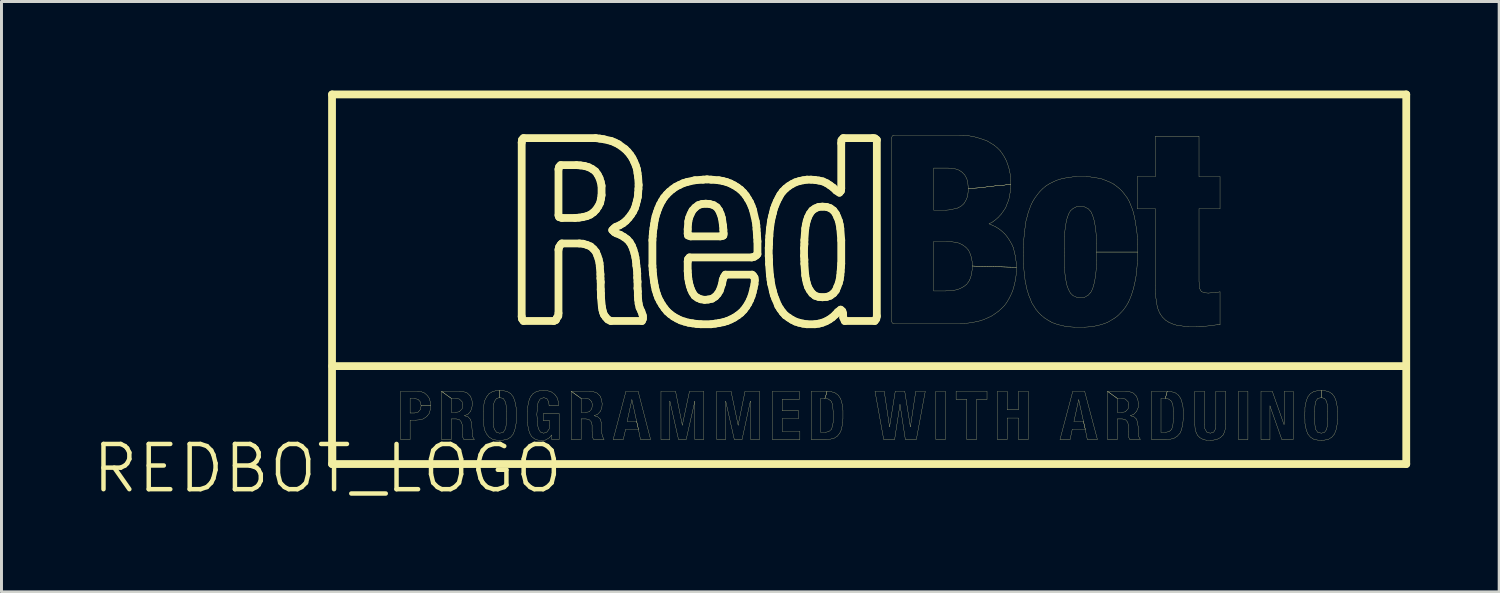
<source format=kicad_pcb>
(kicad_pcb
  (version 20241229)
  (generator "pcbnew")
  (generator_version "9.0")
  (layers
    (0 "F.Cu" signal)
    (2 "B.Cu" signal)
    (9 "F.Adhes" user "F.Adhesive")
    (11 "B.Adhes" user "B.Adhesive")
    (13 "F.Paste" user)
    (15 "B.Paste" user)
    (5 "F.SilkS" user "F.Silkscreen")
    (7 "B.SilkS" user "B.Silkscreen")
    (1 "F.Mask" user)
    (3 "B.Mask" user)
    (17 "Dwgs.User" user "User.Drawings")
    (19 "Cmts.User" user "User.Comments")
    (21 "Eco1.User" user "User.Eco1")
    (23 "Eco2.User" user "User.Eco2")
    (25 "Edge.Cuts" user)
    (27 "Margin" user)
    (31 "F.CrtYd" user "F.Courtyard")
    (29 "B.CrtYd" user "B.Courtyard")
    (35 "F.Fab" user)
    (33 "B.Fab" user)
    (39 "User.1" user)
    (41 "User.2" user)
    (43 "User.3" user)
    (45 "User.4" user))
  (footprint "REDBOT_LOGO"
    (layer "F.Cu")
    (at 7.983 12.729)
    (property "Reference" "REDBOT_LOGO" (at 0 0 0) (layer "F.SilkS") (effects (font (size 1.524 1.524) (thickness 0.15))))
    (attr exclude_from_pos_files exclude_from_bom)
    (fp_line (start 0.15 -12.598) (end 36.33 -12.598) (stroke (width 0.262) (type solid)) (layer "F.SilkS"))
    (fp_line (start 0.15 -0.15) (end 0.15 -12.598) (stroke (width 0.262) (type solid)) (layer "F.SilkS"))
    (fp_line (start 2.459 -2.598) (end 3.028 -2.598) (stroke (width 0.008) (type solid)) (layer "F.SilkS"))
    (fp_line (start 2.459 -0.978) (end 2.459 -2.598) (stroke (width 0.008) (type solid)) (layer "F.SilkS"))
    (fp_line (start 2.779 -2.36) (end 2.779 -1.869) (stroke (width 0.008) (type solid)) (layer "F.SilkS"))
    (fp_line (start 2.779 -1.869) (end 2.929 -1.869) (stroke (width 0.008) (type solid)) (layer "F.SilkS"))
    (fp_line (start 2.779 -1.628) (end 2.779 -0.978) (stroke (width 0.008) (type solid)) (layer "F.SilkS"))
    (fp_line (start 2.779 -0.978) (end 2.459 -0.978) (stroke (width 0.008) (type solid)) (layer "F.SilkS"))
    (fp_line (start 2.918 -2.36) (end 2.779 -2.36) (stroke (width 0.008) (type solid)) (layer "F.SilkS"))
    (fp_line (start 2.929 -1.869) (end 3.048 -1.9) (stroke (width 0.008) (type solid)) (layer "F.SilkS"))
    (fp_line (start 2.959 -1.628) (end 2.779 -1.628) (stroke (width 0.008) (type solid)) (layer "F.SilkS"))
    (fp_line (start 3.028 -2.598) (end 3.15 -2.588) (stroke (width 0.008) (type solid)) (layer "F.SilkS"))
    (fp_line (start 3.048 -2.329) (end 2.918 -2.36) (stroke (width 0.008) (type solid)) (layer "F.SilkS"))
    (fp_line (start 3.048 -1.9) (end 3.129 -1.989) (stroke (width 0.008) (type solid)) (layer "F.SilkS"))
    (fp_line (start 3.089 -1.638) (end 2.959 -1.628) (stroke (width 0.008) (type solid)) (layer "F.SilkS"))
    (fp_line (start 3.129 -2.238) (end 3.048 -2.329) (stroke (width 0.008) (type solid)) (layer "F.SilkS"))
    (fp_line (start 3.129 -1.989) (end 3.15 -2.108) (stroke (width 0.008) (type solid)) (layer "F.SilkS"))
    (fp_line (start 3.15 -2.588) (end 3.269 -2.54) (stroke (width 0.008) (type solid)) (layer "F.SilkS"))
    (fp_line (start 3.15 -2.108) (end 3.129 -2.238) (stroke (width 0.008) (type solid)) (layer "F.SilkS"))
    (fp_line (start 3.15 -2.108) (end 3.47 -2.108) (stroke (width 0.008) (type solid)) (layer "F.SilkS"))
    (fp_line (start 3.218 -1.669) (end 3.089 -1.638) (stroke (width 0.008) (type solid)) (layer "F.SilkS"))
    (fp_line (start 3.269 -2.54) (end 3.358 -2.459) (stroke (width 0.008) (type solid)) (layer "F.SilkS"))
    (fp_line (start 3.338 -1.748) (end 3.218 -1.669) (stroke (width 0.008) (type solid)) (layer "F.SilkS"))
    (fp_line (start 3.358 -2.459) (end 3.429 -2.36) (stroke (width 0.008) (type solid)) (layer "F.SilkS"))
    (fp_line (start 3.419 -1.849) (end 3.338 -1.748) (stroke (width 0.008) (type solid)) (layer "F.SilkS"))
    (fp_line (start 3.429 -2.36) (end 3.459 -2.238) (stroke (width 0.008) (type solid)) (layer "F.SilkS"))
    (fp_line (start 3.459 -2.238) (end 3.47 -2.108) (stroke (width 0.008) (type solid)) (layer "F.SilkS"))
    (fp_line (start 3.459 -1.979) (end 3.419 -1.849) (stroke (width 0.008) (type solid)) (layer "F.SilkS"))
    (fp_line (start 3.47 -2.108) (end 3.15 -2.108) (stroke (width 0.008) (type solid)) (layer "F.SilkS"))
    (fp_line (start 3.47 -2.108) (end 3.459 -1.979) (stroke (width 0.008) (type solid)) (layer "F.SilkS"))
    (fp_line (start 3.838 -2.598) (end 4.168 -2.36) (stroke (width 0.008) (type solid)) (layer "F.SilkS"))
    (fp_line (start 3.838 -2.598) (end 4.44 -2.598) (stroke (width 0.008) (type solid)) (layer "F.SilkS"))
    (fp_line (start 3.838 -0.978) (end 3.838 -2.598) (stroke (width 0.008) (type solid)) (layer "F.SilkS"))
    (fp_line (start 4.168 -2.36) (end 3.838 -2.598) (stroke (width 0.008) (type solid)) (layer "F.SilkS"))
    (fp_line (start 4.168 -2.36) (end 4.168 -1.89) (stroke (width 0.008) (type solid)) (layer "F.SilkS"))
    (fp_line (start 4.168 -1.89) (end 4.298 -1.89) (stroke (width 0.008) (type solid)) (layer "F.SilkS"))
    (fp_line (start 4.168 -1.669) (end 4.168 -0.978) (stroke (width 0.008) (type solid)) (layer "F.SilkS"))
    (fp_line (start 4.168 -0.978) (end 3.838 -0.978) (stroke (width 0.008) (type solid)) (layer "F.SilkS"))
    (fp_line (start 4.298 -1.89) (end 4.43 -1.908) (stroke (width 0.008) (type solid)) (layer "F.SilkS"))
    (fp_line (start 4.318 -2.36) (end 4.168 -2.36) (stroke (width 0.008) (type solid)) (layer "F.SilkS"))
    (fp_line (start 4.338 -1.669) (end 4.168 -1.669) (stroke (width 0.008) (type solid)) (layer "F.SilkS"))
    (fp_line (start 4.43 -1.908) (end 4.529 -2.009) (stroke (width 0.008) (type solid)) (layer "F.SilkS"))
    (fp_line (start 4.44 -2.598) (end 4.58 -2.588) (stroke (width 0.008) (type solid)) (layer "F.SilkS"))
    (fp_line (start 4.44 -2.339) (end 4.318 -2.36) (stroke (width 0.008) (type solid)) (layer "F.SilkS"))
    (fp_line (start 4.448 -1.638) (end 4.338 -1.669) (stroke (width 0.008) (type solid)) (layer "F.SilkS"))
    (fp_line (start 4.508 -1.56) (end 4.448 -1.638) (stroke (width 0.008) (type solid)) (layer "F.SilkS"))
    (fp_line (start 4.529 -2.248) (end 4.44 -2.339) (stroke (width 0.008) (type solid)) (layer "F.SilkS"))
    (fp_line (start 4.529 -2.009) (end 4.549 -2.139) (stroke (width 0.008) (type solid)) (layer "F.SilkS"))
    (fp_line (start 4.539 -1.458) (end 4.508 -1.56) (stroke (width 0.008) (type solid)) (layer "F.SilkS"))
    (fp_line (start 4.539 -1.148) (end 4.539 -1.458) (stroke (width 0.008) (type solid)) (layer "F.SilkS"))
    (fp_line (start 4.549 -2.139) (end 4.529 -2.248) (stroke (width 0.008) (type solid)) (layer "F.SilkS"))
    (fp_line (start 4.549 -1.059) (end 4.539 -1.148) (stroke (width 0.008) (type solid)) (layer "F.SilkS"))
    (fp_line (start 4.58 -2.588) (end 4.709 -2.54) (stroke (width 0.008) (type solid)) (layer "F.SilkS"))
    (fp_line (start 4.59 -0.978) (end 4.549 -1.059) (stroke (width 0.008) (type solid)) (layer "F.SilkS"))
    (fp_line (start 4.608 -1.778) (end 4.729 -1.74) (stroke (width 0.008) (type solid)) (layer "F.SilkS"))
    (fp_line (start 4.709 -2.54) (end 4.808 -2.438) (stroke (width 0.008) (type solid)) (layer "F.SilkS"))
    (fp_line (start 4.729 -1.829) (end 4.608 -1.778) (stroke (width 0.008) (type solid)) (layer "F.SilkS"))
    (fp_line (start 4.729 -1.74) (end 4.808 -1.659) (stroke (width 0.008) (type solid)) (layer "F.SilkS"))
    (fp_line (start 4.808 -2.438) (end 4.859 -2.319) (stroke (width 0.008) (type solid)) (layer "F.SilkS"))
    (fp_line (start 4.808 -1.659) (end 4.849 -1.539) (stroke (width 0.008) (type solid)) (layer "F.SilkS"))
    (fp_line (start 4.818 -1.928) (end 4.729 -1.829) (stroke (width 0.008) (type solid)) (layer "F.SilkS"))
    (fp_line (start 4.849 -1.539) (end 4.869 -1.278) (stroke (width 0.008) (type solid)) (layer "F.SilkS"))
    (fp_line (start 4.859 -2.319) (end 4.879 -2.179) (stroke (width 0.008) (type solid)) (layer "F.SilkS"))
    (fp_line (start 4.859 -2.05) (end 4.818 -1.928) (stroke (width 0.008) (type solid)) (layer "F.SilkS"))
    (fp_line (start 4.869 -1.278) (end 4.869 -1.179) (stroke (width 0.008) (type solid)) (layer "F.SilkS"))
    (fp_line (start 4.869 -1.179) (end 4.879 -1.079) (stroke (width 0.008) (type solid)) (layer "F.SilkS"))
    (fp_line (start 4.879 -2.179) (end 4.859 -2.05) (stroke (width 0.008) (type solid)) (layer "F.SilkS"))
    (fp_line (start 4.879 -1.079) (end 4.938 -0.988) (stroke (width 0.008) (type solid)) (layer "F.SilkS"))
    (fp_line (start 4.938 -0.988) (end 4.938 -0.978) (stroke (width 0.008) (type solid)) (layer "F.SilkS"))
    (fp_line (start 4.938 -0.978) (end 4.59 -0.978) (stroke (width 0.008) (type solid)) (layer "F.SilkS"))
    (fp_line (start 5.248 -1.918) (end 5.268 -2.179) (stroke (width 0.008) (type solid)) (layer "F.SilkS"))
    (fp_line (start 5.248 -1.659) (end 5.248 -1.918) (stroke (width 0.008) (type solid)) (layer "F.SilkS"))
    (fp_line (start 5.268 -2.179) (end 5.298 -2.299) (stroke (width 0.008) (type solid)) (layer "F.SilkS"))
    (fp_line (start 5.268 -1.4) (end 5.248 -1.659) (stroke (width 0.008) (type solid)) (layer "F.SilkS"))
    (fp_line (start 5.298 -2.299) (end 5.359 -2.418) (stroke (width 0.008) (type solid)) (layer "F.SilkS"))
    (fp_line (start 5.298 -1.278) (end 5.268 -1.4) (stroke (width 0.008) (type solid)) (layer "F.SilkS"))
    (fp_line (start 5.359 -2.418) (end 5.438 -2.52) (stroke (width 0.008) (type solid)) (layer "F.SilkS"))
    (fp_line (start 5.359 -1.158) (end 5.298 -1.278) (stroke (width 0.008) (type solid)) (layer "F.SilkS"))
    (fp_line (start 5.438 -2.52) (end 5.55 -2.588) (stroke (width 0.008) (type solid)) (layer "F.SilkS"))
    (fp_line (start 5.438 -1.059) (end 5.359 -1.158) (stroke (width 0.008) (type solid)) (layer "F.SilkS"))
    (fp_line (start 5.55 -2.588) (end 5.669 -2.619) (stroke (width 0.008) (type solid)) (layer "F.SilkS"))
    (fp_line (start 5.55 -0.988) (end 5.438 -1.059) (stroke (width 0.008) (type solid)) (layer "F.SilkS"))
    (fp_line (start 5.578 -2.029) (end 5.578 -1.549) (stroke (width 0.008) (type solid)) (layer "F.SilkS"))
    (fp_line (start 5.578 -1.549) (end 5.588 -1.427) (stroke (width 0.008) (type solid)) (layer "F.SilkS"))
    (fp_line (start 5.588 -2.149) (end 5.578 -2.029) (stroke (width 0.008) (type solid)) (layer "F.SilkS"))
    (fp_line (start 5.588 -1.427) (end 5.618 -1.318) (stroke (width 0.008) (type solid)) (layer "F.SilkS"))
    (fp_line (start 5.618 -2.258) (end 5.588 -2.149) (stroke (width 0.008) (type solid)) (layer "F.SilkS"))
    (fp_line (start 5.618 -1.318) (end 5.69 -1.219) (stroke (width 0.008) (type solid)) (layer "F.SilkS"))
    (fp_line (start 5.669 -2.619) (end 5.799 -2.629) (stroke (width 0.008) (type solid)) (layer "F.SilkS"))
    (fp_line (start 5.669 -0.958) (end 5.55 -0.988) (stroke (width 0.008) (type solid)) (layer "F.SilkS"))
    (fp_line (start 5.69 -2.36) (end 5.618 -2.258) (stroke (width 0.008) (type solid)) (layer "F.SilkS"))
    (fp_line (start 5.69 -1.219) (end 5.799 -1.189) (stroke (width 0.008) (type solid)) (layer "F.SilkS"))
    (fp_line (start 5.799 -2.629) (end 5.799 -2.388) (stroke (width 0.008) (type solid)) (layer "F.SilkS"))
    (fp_line (start 5.799 -2.629) (end 5.928 -2.619) (stroke (width 0.008) (type solid)) (layer "F.SilkS"))
    (fp_line (start 5.799 -2.388) (end 5.69 -2.36) (stroke (width 0.008) (type solid)) (layer "F.SilkS"))
    (fp_line (start 5.799 -2.388) (end 5.799 -2.629) (stroke (width 0.008) (type solid)) (layer "F.SilkS"))
    (fp_line (start 5.799 -1.189) (end 5.918 -1.219) (stroke (width 0.008) (type solid)) (layer "F.SilkS"))
    (fp_line (start 5.799 -0.95) (end 5.669 -0.958) (stroke (width 0.008) (type solid)) (layer "F.SilkS"))
    (fp_line (start 5.918 -2.36) (end 5.799 -2.388) (stroke (width 0.008) (type solid)) (layer "F.SilkS"))
    (fp_line (start 5.918 -1.219) (end 5.979 -1.318) (stroke (width 0.008) (type solid)) (layer "F.SilkS"))
    (fp_line (start 5.928 -2.619) (end 6.058 -2.588) (stroke (width 0.008) (type solid)) (layer "F.SilkS"))
    (fp_line (start 5.928 -0.958) (end 5.799 -0.95) (stroke (width 0.008) (type solid)) (layer "F.SilkS"))
    (fp_line (start 5.979 -2.258) (end 5.918 -2.36) (stroke (width 0.008) (type solid)) (layer "F.SilkS"))
    (fp_line (start 5.979 -1.318) (end 6.01 -1.427) (stroke (width 0.008) (type solid)) (layer "F.SilkS"))
    (fp_line (start 6.01 -2.149) (end 5.979 -2.258) (stroke (width 0.008) (type solid)) (layer "F.SilkS"))
    (fp_line (start 6.01 -1.427) (end 6.03 -1.669) (stroke (width 0.008) (type solid)) (layer "F.SilkS"))
    (fp_line (start 6.03 -1.908) (end 6.01 -2.149) (stroke (width 0.008) (type solid)) (layer "F.SilkS"))
    (fp_line (start 6.03 -1.669) (end 6.03 -1.908) (stroke (width 0.008) (type solid)) (layer "F.SilkS"))
    (fp_line (start 6.058 -2.588) (end 6.17 -2.52) (stroke (width 0.008) (type solid)) (layer "F.SilkS"))
    (fp_line (start 6.058 -0.988) (end 5.928 -0.958) (stroke (width 0.008) (type solid)) (layer "F.SilkS"))
    (fp_line (start 6.17 -2.52) (end 6.248 -2.418) (stroke (width 0.008) (type solid)) (layer "F.SilkS"))
    (fp_line (start 6.17 -1.059) (end 6.058 -0.988) (stroke (width 0.008) (type solid)) (layer "F.SilkS"))
    (fp_line (start 6.248 -2.418) (end 6.299 -2.299) (stroke (width 0.008) (type solid)) (layer "F.SilkS"))
    (fp_line (start 6.248 -1.158) (end 6.17 -1.059) (stroke (width 0.008) (type solid)) (layer "F.SilkS"))
    (fp_line (start 6.299 -2.299) (end 6.33 -2.179) (stroke (width 0.008) (type solid)) (layer "F.SilkS"))
    (fp_line (start 6.299 -1.278) (end 6.248 -1.158) (stroke (width 0.008) (type solid)) (layer "F.SilkS"))
    (fp_line (start 6.33 -2.179) (end 6.35 -2.05) (stroke (width 0.008) (type solid)) (layer "F.SilkS"))
    (fp_line (start 6.33 -1.4) (end 6.299 -1.278) (stroke (width 0.008) (type solid)) (layer "F.SilkS"))
    (fp_line (start 6.35 -2.05) (end 6.35 -1.529) (stroke (width 0.008) (type solid)) (layer "F.SilkS"))
    (fp_line (start 6.35 -1.529) (end 6.33 -1.4) (stroke (width 0.008) (type solid)) (layer "F.SilkS"))
    (fp_line (start 6.538 -10.978) (end 6.538 -5.118) (stroke (width 0.262) (type solid)) (layer "F.SilkS"))
    (fp_line (start 6.538 -5.118) (end 6.548 -5.039) (stroke (width 0.262) (type solid)) (layer "F.SilkS"))
    (fp_line (start 6.548 -11.069) (end 6.538 -10.978) (stroke (width 0.262) (type solid)) (layer "F.SilkS"))
    (fp_line (start 6.548 -5.039) (end 6.599 -4.968) (stroke (width 0.262) (type solid)) (layer "F.SilkS"))
    (fp_line (start 6.599 -11.128) (end 6.548 -11.069) (stroke (width 0.262) (type solid)) (layer "F.SilkS"))
    (fp_line (start 6.599 -4.968) (end 7.62 -4.968) (stroke (width 0.262) (type solid)) (layer "F.SilkS"))
    (fp_line (start 6.728 -1.928) (end 6.739 -2.06) (stroke (width 0.008) (type solid)) (layer "F.SilkS"))
    (fp_line (start 6.728 -1.56) (end 6.728 -1.928) (stroke (width 0.008) (type solid)) (layer "F.SilkS"))
    (fp_line (start 6.739 -2.06) (end 6.759 -2.179) (stroke (width 0.008) (type solid)) (layer "F.SilkS"))
    (fp_line (start 6.749 -1.427) (end 6.728 -1.56) (stroke (width 0.008) (type solid)) (layer "F.SilkS"))
    (fp_line (start 6.759 -2.179) (end 6.789 -2.309) (stroke (width 0.008) (type solid)) (layer "F.SilkS"))
    (fp_line (start 6.769 -1.308) (end 6.749 -1.427) (stroke (width 0.008) (type solid)) (layer "F.SilkS"))
    (fp_line (start 6.789 -2.309) (end 6.838 -2.418) (stroke (width 0.008) (type solid)) (layer "F.SilkS"))
    (fp_line (start 6.81 -1.189) (end 6.769 -1.308) (stroke (width 0.008) (type solid)) (layer "F.SilkS"))
    (fp_line (start 6.838 -2.418) (end 6.919 -2.52) (stroke (width 0.008) (type solid)) (layer "F.SilkS"))
    (fp_line (start 6.868 -1.079) (end 6.81 -1.189) (stroke (width 0.008) (type solid)) (layer "F.SilkS"))
    (fp_line (start 6.919 -2.52) (end 7.028 -2.588) (stroke (width 0.008) (type solid)) (layer "F.SilkS"))
    (fp_line (start 6.97 -0.998) (end 6.868 -1.079) (stroke (width 0.008) (type solid)) (layer "F.SilkS"))
    (fp_line (start 7.028 -2.588) (end 7.148 -2.619) (stroke (width 0.008) (type solid)) (layer "F.SilkS"))
    (fp_line (start 7.048 -1.819) (end 7.059 -1.699) (stroke (width 0.008) (type solid)) (layer "F.SilkS"))
    (fp_line (start 7.059 -1.958) (end 7.048 -1.819) (stroke (width 0.008) (type solid)) (layer "F.SilkS"))
    (fp_line (start 7.059 -1.699) (end 7.059 -1.58) (stroke (width 0.008) (type solid)) (layer "F.SilkS"))
    (fp_line (start 7.059 -1.58) (end 7.079 -1.448) (stroke (width 0.008) (type solid)) (layer "F.SilkS"))
    (fp_line (start 7.069 -2.088) (end 7.059 -1.958) (stroke (width 0.008) (type solid)) (layer "F.SilkS"))
    (fp_line (start 7.079 -1.448) (end 7.099 -1.339) (stroke (width 0.008) (type solid)) (layer "F.SilkS"))
    (fp_line (start 7.079 -0.958) (end 6.97 -0.998) (stroke (width 0.008) (type solid)) (layer "F.SilkS"))
    (fp_line (start 7.089 -2.22) (end 7.069 -2.088) (stroke (width 0.008) (type solid)) (layer "F.SilkS"))
    (fp_line (start 7.099 -1.339) (end 7.168 -1.229) (stroke (width 0.008) (type solid)) (layer "F.SilkS"))
    (fp_line (start 7.148 -2.619) (end 7.269 -2.629) (stroke (width 0.008) (type solid)) (layer "F.SilkS"))
    (fp_line (start 7.158 -2.339) (end 7.089 -2.22) (stroke (width 0.008) (type solid)) (layer "F.SilkS"))
    (fp_line (start 7.168 -1.229) (end 7.28 -1.189) (stroke (width 0.008) (type solid)) (layer "F.SilkS"))
    (fp_line (start 7.209 -0.95) (end 7.079 -0.958) (stroke (width 0.008) (type solid)) (layer "F.SilkS"))
    (fp_line (start 7.269 -2.629) (end 7.409 -2.619) (stroke (width 0.008) (type solid)) (layer "F.SilkS"))
    (fp_line (start 7.269 -1.849) (end 7.798 -1.849) (stroke (width 0.008) (type solid)) (layer "F.SilkS"))
    (fp_line (start 7.269 -1.608) (end 7.269 -1.849) (stroke (width 0.008) (type solid)) (layer "F.SilkS"))
    (fp_line (start 7.28 -2.388) (end 7.158 -2.339) (stroke (width 0.008) (type solid)) (layer "F.SilkS"))
    (fp_line (start 7.28 -1.189) (end 7.389 -1.229) (stroke (width 0.008) (type solid)) (layer "F.SilkS"))
    (fp_line (start 7.338 -0.958) (end 7.209 -0.95) (stroke (width 0.008) (type solid)) (layer "F.SilkS"))
    (fp_line (start 7.389 -2.349) (end 7.28 -2.388) (stroke (width 0.008) (type solid)) (layer "F.SilkS"))
    (fp_line (start 7.389 -1.229) (end 7.46 -1.328) (stroke (width 0.008) (type solid)) (layer "F.SilkS"))
    (fp_line (start 7.409 -2.619) (end 7.539 -2.578) (stroke (width 0.008) (type solid)) (layer "F.SilkS"))
    (fp_line (start 7.45 -2.238) (end 7.389 -2.349) (stroke (width 0.008) (type solid)) (layer "F.SilkS"))
    (fp_line (start 7.46 -2.118) (end 7.45 -2.238) (stroke (width 0.008) (type solid)) (layer "F.SilkS"))
    (fp_line (start 7.46 -1.328) (end 7.478 -1.448) (stroke (width 0.008) (type solid)) (layer "F.SilkS"))
    (fp_line (start 7.46 -1.029) (end 7.338 -0.958) (stroke (width 0.008) (type solid)) (layer "F.SilkS"))
    (fp_line (start 7.478 -1.608) (end 7.269 -1.608) (stroke (width 0.008) (type solid)) (layer "F.SilkS"))
    (fp_line (start 7.478 -1.448) (end 7.478 -1.608) (stroke (width 0.008) (type solid)) (layer "F.SilkS"))
    (fp_line (start 7.539 -2.578) (end 7.648 -2.499) (stroke (width 0.008) (type solid)) (layer "F.SilkS"))
    (fp_line (start 7.549 -1.128) (end 7.46 -1.029) (stroke (width 0.008) (type solid)) (layer "F.SilkS"))
    (fp_line (start 7.549 -0.978) (end 7.549 -1.128) (stroke (width 0.008) (type solid)) (layer "F.SilkS"))
    (fp_line (start 7.62 -4.968) (end 7.689 -4.999) (stroke (width 0.262) (type solid)) (layer "F.SilkS"))
    (fp_line (start 7.648 -2.499) (end 7.729 -2.388) (stroke (width 0.008) (type solid)) (layer "F.SilkS"))
    (fp_line (start 7.689 -4.999) (end 7.719 -5.07) (stroke (width 0.262) (type solid)) (layer "F.SilkS"))
    (fp_line (start 7.719 -5.07) (end 7.77 -5.138) (stroke (width 0.262) (type solid)) (layer "F.SilkS"))
    (fp_line (start 7.729 -2.388) (end 7.77 -2.258) (stroke (width 0.008) (type solid)) (layer "F.SilkS"))
    (fp_line (start 7.77 -5.138) (end 7.777 -5.23) (stroke (width 0.262) (type solid)) (layer "F.SilkS"))
    (fp_line (start 7.77 -2.258) (end 7.777 -2.118) (stroke (width 0.008) (type solid)) (layer "F.SilkS"))
    (fp_line (start 7.777 -10.079) (end 7.798 -10.16) (stroke (width 0.262) (type solid)) (layer "F.SilkS"))
    (fp_line (start 7.777 -8.529) (end 7.777 -10.079) (stroke (width 0.262) (type solid)) (layer "F.SilkS"))
    (fp_line (start 7.777 -7.369) (end 7.798 -7.46) (stroke (width 0.262) (type solid)) (layer "F.SilkS"))
    (fp_line (start 7.777 -5.23) (end 7.777 -7.369) (stroke (width 0.262) (type solid)) (layer "F.SilkS"))
    (fp_line (start 7.777 -2.118) (end 7.46 -2.118) (stroke (width 0.008) (type solid)) (layer "F.SilkS"))
    (fp_line (start 7.798 -10.16) (end 7.849 -10.218) (stroke (width 0.262) (type solid)) (layer "F.SilkS"))
    (fp_line (start 7.798 -8.468) (end 7.777 -8.529) (stroke (width 0.262) (type solid)) (layer "F.SilkS"))
    (fp_line (start 7.798 -7.46) (end 7.849 -7.539) (stroke (width 0.262) (type solid)) (layer "F.SilkS"))
    (fp_line (start 7.798 -1.849) (end 7.798 -0.978) (stroke (width 0.008) (type solid)) (layer "F.SilkS"))
    (fp_line (start 7.798 -0.978) (end 7.549 -0.978) (stroke (width 0.008) (type solid)) (layer "F.SilkS"))
    (fp_line (start 7.849 -10.218) (end 8.39 -10.218) (stroke (width 0.262) (type solid)) (layer "F.SilkS"))
    (fp_line (start 7.849 -7.539) (end 7.889 -7.579) (stroke (width 0.262) (type solid)) (layer "F.SilkS"))
    (fp_line (start 7.889 -8.438) (end 7.798 -8.468) (stroke (width 0.262) (type solid)) (layer "F.SilkS"))
    (fp_line (start 7.889 -7.579) (end 8.479 -7.579) (stroke (width 0.262) (type solid)) (layer "F.SilkS"))
    (fp_line (start 8.209 -2.598) (end 8.539 -2.36) (stroke (width 0.008) (type solid)) (layer "F.SilkS"))
    (fp_line (start 8.209 -2.598) (end 8.819 -2.598) (stroke (width 0.008) (type solid)) (layer "F.SilkS"))
    (fp_line (start 8.209 -0.978) (end 8.209 -2.598) (stroke (width 0.008) (type solid)) (layer "F.SilkS"))
    (fp_line (start 8.339 -8.438) (end 7.889 -8.438) (stroke (width 0.262) (type solid)) (layer "F.SilkS"))
    (fp_line (start 8.39 -10.218) (end 8.519 -10.208) (stroke (width 0.262) (type solid)) (layer "F.SilkS"))
    (fp_line (start 8.468 -8.448) (end 8.339 -8.438) (stroke (width 0.262) (type solid)) (layer "F.SilkS"))
    (fp_line (start 8.479 -7.579) (end 8.608 -7.569) (stroke (width 0.262) (type solid)) (layer "F.SilkS"))
    (fp_line (start 8.519 -10.208) (end 8.659 -10.188) (stroke (width 0.262) (type solid)) (layer "F.SilkS"))
    (fp_line (start 8.539 -2.36) (end 8.209 -2.598) (stroke (width 0.008) (type solid)) (layer "F.SilkS"))
    (fp_line (start 8.539 -2.36) (end 8.539 -1.89) (stroke (width 0.008) (type solid)) (layer "F.SilkS"))
    (fp_line (start 8.539 -1.89) (end 8.679 -1.89) (stroke (width 0.008) (type solid)) (layer "F.SilkS"))
    (fp_line (start 8.539 -1.669) (end 8.539 -0.978) (stroke (width 0.008) (type solid)) (layer "F.SilkS"))
    (fp_line (start 8.539 -0.978) (end 8.209 -0.978) (stroke (width 0.008) (type solid)) (layer "F.SilkS"))
    (fp_line (start 8.598 -8.468) (end 8.468 -8.448) (stroke (width 0.262) (type solid)) (layer "F.SilkS"))
    (fp_line (start 8.608 -7.569) (end 8.738 -7.529) (stroke (width 0.262) (type solid)) (layer "F.SilkS"))
    (fp_line (start 8.659 -10.188) (end 8.788 -10.15) (stroke (width 0.262) (type solid)) (layer "F.SilkS"))
    (fp_line (start 8.679 -1.89) (end 8.809 -1.908) (stroke (width 0.008) (type solid)) (layer "F.SilkS"))
    (fp_line (start 8.689 -2.36) (end 8.539 -2.36) (stroke (width 0.008) (type solid)) (layer "F.SilkS"))
    (fp_line (start 8.71 -1.669) (end 8.539 -1.669) (stroke (width 0.008) (type solid)) (layer "F.SilkS"))
    (fp_line (start 8.73 -8.499) (end 8.598 -8.468) (stroke (width 0.262) (type solid)) (layer "F.SilkS"))
    (fp_line (start 8.738 -7.529) (end 8.86 -7.478) (stroke (width 0.262) (type solid)) (layer "F.SilkS"))
    (fp_line (start 8.788 -10.15) (end 8.908 -10.089) (stroke (width 0.262) (type solid)) (layer "F.SilkS"))
    (fp_line (start 8.809 -2.339) (end 8.689 -2.36) (stroke (width 0.008) (type solid)) (layer "F.SilkS"))
    (fp_line (start 8.809 -1.908) (end 8.898 -2.009) (stroke (width 0.008) (type solid)) (layer "F.SilkS"))
    (fp_line (start 8.819 -2.598) (end 8.948 -2.588) (stroke (width 0.008) (type solid)) (layer "F.SilkS"))
    (fp_line (start 8.819 -1.638) (end 8.71 -1.669) (stroke (width 0.008) (type solid)) (layer "F.SilkS"))
    (fp_line (start 8.849 -8.55) (end 8.73 -8.499) (stroke (width 0.262) (type solid)) (layer "F.SilkS"))
    (fp_line (start 8.86 -7.478) (end 8.959 -7.389) (stroke (width 0.262) (type solid)) (layer "F.SilkS"))
    (fp_line (start 8.89 -1.56) (end 8.819 -1.638) (stroke (width 0.008) (type solid)) (layer "F.SilkS"))
    (fp_line (start 8.898 -2.248) (end 8.809 -2.339) (stroke (width 0.008) (type solid)) (layer "F.SilkS"))
    (fp_line (start 8.898 -2.009) (end 8.918 -2.139) (stroke (width 0.008) (type solid)) (layer "F.SilkS"))
    (fp_line (start 8.908 -10.089) (end 9.02 -10.008) (stroke (width 0.262) (type solid)) (layer "F.SilkS"))
    (fp_line (start 8.908 -1.458) (end 8.89 -1.56) (stroke (width 0.008) (type solid)) (layer "F.SilkS"))
    (fp_line (start 8.908 -1.25) (end 8.908 -1.458) (stroke (width 0.008) (type solid)) (layer "F.SilkS"))
    (fp_line (start 8.918 -2.139) (end 8.898 -2.248) (stroke (width 0.008) (type solid)) (layer "F.SilkS"))
    (fp_line (start 8.918 -1.148) (end 8.908 -1.25) (stroke (width 0.008) (type solid)) (layer "F.SilkS"))
    (fp_line (start 8.918 -1.059) (end 8.918 -1.148) (stroke (width 0.008) (type solid)) (layer "F.SilkS"))
    (fp_line (start 8.948 -2.588) (end 9.078 -2.54) (stroke (width 0.008) (type solid)) (layer "F.SilkS"))
    (fp_line (start 8.959 -8.628) (end 8.849 -8.55) (stroke (width 0.262) (type solid)) (layer "F.SilkS"))
    (fp_line (start 8.959 -7.389) (end 9.04 -7.29) (stroke (width 0.262) (type solid)) (layer "F.SilkS"))
    (fp_line (start 8.959 -0.978) (end 8.918 -1.059) (stroke (width 0.008) (type solid)) (layer "F.SilkS"))
    (fp_line (start 8.979 -1.778) (end 9.098 -1.74) (stroke (width 0.008) (type solid)) (layer "F.SilkS"))
    (fp_line (start 9.02 -10.008) (end 9.098 -9.898) (stroke (width 0.262) (type solid)) (layer "F.SilkS"))
    (fp_line (start 9.03 -11.128) (end 6.599 -11.128) (stroke (width 0.262) (type solid)) (layer "F.SilkS"))
    (fp_line (start 9.04 -7.29) (end 9.088 -7.168) (stroke (width 0.262) (type solid)) (layer "F.SilkS"))
    (fp_line (start 9.047 -8.72) (end 8.959 -8.628) (stroke (width 0.262) (type solid)) (layer "F.SilkS"))
    (fp_line (start 9.078 -2.54) (end 9.18 -2.438) (stroke (width 0.008) (type solid)) (layer "F.SilkS"))
    (fp_line (start 9.088 -7.168) (end 9.129 -7.048) (stroke (width 0.262) (type solid)) (layer "F.SilkS"))
    (fp_line (start 9.098 -9.898) (end 9.159 -9.779) (stroke (width 0.262) (type solid)) (layer "F.SilkS"))
    (fp_line (start 9.098 -1.829) (end 8.979 -1.778) (stroke (width 0.008) (type solid)) (layer "F.SilkS"))
    (fp_line (start 9.098 -1.74) (end 9.19 -1.659) (stroke (width 0.008) (type solid)) (layer "F.SilkS"))
    (fp_line (start 9.119 -8.829) (end 9.047 -8.72) (stroke (width 0.262) (type solid)) (layer "F.SilkS"))
    (fp_line (start 9.129 -7.048) (end 9.159 -6.919) (stroke (width 0.262) (type solid)) (layer "F.SilkS"))
    (fp_line (start 9.159 -9.779) (end 9.2 -9.649) (stroke (width 0.262) (type solid)) (layer "F.SilkS"))
    (fp_line (start 9.159 -6.919) (end 9.169 -6.8) (stroke (width 0.262) (type solid)) (layer "F.SilkS"))
    (fp_line (start 9.169 -11.11) (end 9.03 -11.128) (stroke (width 0.262) (type solid)) (layer "F.SilkS"))
    (fp_line (start 9.169 -6.8) (end 9.19 -6.538) (stroke (width 0.262) (type solid)) (layer "F.SilkS"))
    (fp_line (start 9.18 -8.948) (end 9.119 -8.829) (stroke (width 0.262) (type solid)) (layer "F.SilkS"))
    (fp_line (start 9.18 -2.438) (end 9.228 -2.319) (stroke (width 0.008) (type solid)) (layer "F.SilkS"))
    (fp_line (start 9.19 -6.538) (end 9.19 -6.408) (stroke (width 0.262) (type solid)) (layer "F.SilkS"))
    (fp_line (start 9.19 -6.408) (end 9.2 -6.279) (stroke (width 0.262) (type solid)) (layer "F.SilkS"))
    (fp_line (start 9.19 -1.928) (end 9.098 -1.829) (stroke (width 0.008) (type solid)) (layer "F.SilkS"))
    (fp_line (start 9.19 -1.659) (end 9.218 -1.539) (stroke (width 0.008) (type solid)) (layer "F.SilkS"))
    (fp_line (start 9.2 -9.649) (end 9.228 -9.52) (stroke (width 0.262) (type solid)) (layer "F.SilkS"))
    (fp_line (start 9.2 -6.279) (end 9.2 -6.03) (stroke (width 0.262) (type solid)) (layer "F.SilkS"))
    (fp_line (start 9.2 -6.03) (end 9.207 -5.898) (stroke (width 0.262) (type solid)) (layer "F.SilkS"))
    (fp_line (start 9.207 -9.078) (end 9.18 -8.948) (stroke (width 0.262) (type solid)) (layer "F.SilkS"))
    (fp_line (start 9.207 -5.898) (end 9.207 -5.779) (stroke (width 0.262) (type solid)) (layer "F.SilkS"))
    (fp_line (start 9.207 -5.779) (end 9.238 -5.448) (stroke (width 0.262) (type solid)) (layer "F.SilkS"))
    (fp_line (start 9.218 -1.539) (end 9.238 -1.278) (stroke (width 0.008) (type solid)) (layer "F.SilkS"))
    (fp_line (start 9.228 -9.52) (end 9.228 -9.207) (stroke (width 0.262) (type solid)) (layer "F.SilkS"))
    (fp_line (start 9.228 -9.207) (end 9.207 -9.078) (stroke (width 0.262) (type solid)) (layer "F.SilkS"))
    (fp_line (start 9.228 -2.319) (end 9.248 -2.179) (stroke (width 0.008) (type solid)) (layer "F.SilkS"))
    (fp_line (start 9.238 -5.448) (end 9.258 -5.339) (stroke (width 0.262) (type solid)) (layer "F.SilkS"))
    (fp_line (start 9.238 -2.05) (end 9.19 -1.928) (stroke (width 0.008) (type solid)) (layer "F.SilkS"))
    (fp_line (start 9.238 -1.278) (end 9.238 -1.179) (stroke (width 0.008) (type solid)) (layer "F.SilkS"))
    (fp_line (start 9.238 -1.179) (end 9.258 -1.079) (stroke (width 0.008) (type solid)) (layer "F.SilkS"))
    (fp_line (start 9.248 -2.179) (end 9.238 -2.05) (stroke (width 0.008) (type solid)) (layer "F.SilkS"))
    (fp_line (start 9.258 -5.339) (end 9.279 -5.258) (stroke (width 0.262) (type solid)) (layer "F.SilkS"))
    (fp_line (start 9.258 -1.079) (end 9.309 -0.988) (stroke (width 0.008) (type solid)) (layer "F.SilkS"))
    (fp_line (start 9.279 -5.258) (end 9.309 -5.179) (stroke (width 0.262) (type solid)) (layer "F.SilkS"))
    (fp_line (start 9.299 -11.09) (end 9.169 -11.11) (stroke (width 0.262) (type solid)) (layer "F.SilkS"))
    (fp_line (start 9.309 -5.179) (end 9.368 -5.098) (stroke (width 0.262) (type solid)) (layer "F.SilkS"))
    (fp_line (start 9.309 -0.988) (end 9.309 -0.978) (stroke (width 0.008) (type solid)) (layer "F.SilkS"))
    (fp_line (start 9.309 -0.978) (end 8.959 -0.978) (stroke (width 0.008) (type solid)) (layer "F.SilkS"))
    (fp_line (start 9.368 -5.098) (end 9.439 -5.019) (stroke (width 0.262) (type solid)) (layer "F.SilkS"))
    (fp_line (start 9.439 -5.019) (end 9.538 -4.968) (stroke (width 0.262) (type solid)) (layer "F.SilkS"))
    (fp_line (start 9.538 -4.968) (end 10.589 -4.968) (stroke (width 0.262) (type solid)) (layer "F.SilkS"))
    (fp_line (start 9.558 -11.029) (end 9.299 -11.09) (stroke (width 0.262) (type solid)) (layer "F.SilkS"))
    (fp_line (start 9.588 -8.029) (end 9.649 -8.09) (stroke (width 0.262) (type solid)) (layer "F.SilkS"))
    (fp_line (start 9.619 -0.978) (end 10.048 -2.598) (stroke (width 0.008) (type solid)) (layer "F.SilkS"))
    (fp_line (start 9.649 -8.09) (end 9.708 -8.138) (stroke (width 0.262) (type solid)) (layer "F.SilkS"))
    (fp_line (start 9.66 -7.958) (end 9.588 -8.029) (stroke (width 0.262) (type solid)) (layer "F.SilkS"))
    (fp_line (start 9.68 -10.978) (end 9.558 -11.029) (stroke (width 0.262) (type solid)) (layer "F.SilkS"))
    (fp_line (start 9.708 -8.138) (end 9.83 -8.189) (stroke (width 0.262) (type solid)) (layer "F.SilkS"))
    (fp_line (start 9.728 -7.92) (end 9.66 -7.958) (stroke (width 0.262) (type solid)) (layer "F.SilkS"))
    (fp_line (start 9.799 -10.919) (end 9.68 -10.978) (stroke (width 0.262) (type solid)) (layer "F.SilkS"))
    (fp_line (start 9.83 -8.189) (end 9.949 -8.258) (stroke (width 0.262) (type solid)) (layer "F.SilkS"))
    (fp_line (start 9.858 -7.869) (end 9.728 -7.92) (stroke (width 0.262) (type solid)) (layer "F.SilkS"))
    (fp_line (start 9.949 -8.258) (end 10.048 -8.339) (stroke (width 0.262) (type solid)) (layer "F.SilkS"))
    (fp_line (start 9.959 -0.978) (end 9.619 -0.978) (stroke (width 0.008) (type solid)) (layer "F.SilkS"))
    (fp_line (start 9.98 -7.798) (end 9.858 -7.869) (stroke (width 0.262) (type solid)) (layer "F.SilkS"))
    (fp_line (start 10.018 -10.759) (end 9.799 -10.919) (stroke (width 0.262) (type solid)) (layer "F.SilkS"))
    (fp_line (start 10.038 -1.318) (end 9.959 -0.978) (stroke (width 0.008) (type solid)) (layer "F.SilkS"))
    (fp_line (start 10.048 -8.339) (end 10.14 -8.438) (stroke (width 0.262) (type solid)) (layer "F.SilkS"))
    (fp_line (start 10.048 -2.598) (end 10.46 -2.598) (stroke (width 0.008) (type solid)) (layer "F.SilkS"))
    (fp_line (start 10.089 -7.719) (end 9.98 -7.798) (stroke (width 0.262) (type solid)) (layer "F.SilkS"))
    (fp_line (start 10.089 -1.587) (end 10.409 -1.587) (stroke (width 0.008) (type solid)) (layer "F.SilkS"))
    (fp_line (start 10.109 -10.668) (end 10.018 -10.759) (stroke (width 0.262) (type solid)) (layer "F.SilkS"))
    (fp_line (start 10.14 -8.438) (end 10.218 -8.539) (stroke (width 0.262) (type solid)) (layer "F.SilkS"))
    (fp_line (start 10.178 -7.62) (end 10.089 -7.719) (stroke (width 0.262) (type solid)) (layer "F.SilkS"))
    (fp_line (start 10.198 -10.559) (end 10.109 -10.668) (stroke (width 0.262) (type solid)) (layer "F.SilkS"))
    (fp_line (start 10.218 -8.539) (end 10.29 -8.649) (stroke (width 0.262) (type solid)) (layer "F.SilkS"))
    (fp_line (start 10.249 -7.498) (end 10.178 -7.62) (stroke (width 0.262) (type solid)) (layer "F.SilkS"))
    (fp_line (start 10.249 -2.319) (end 10.089 -1.587) (stroke (width 0.008) (type solid)) (layer "F.SilkS"))
    (fp_line (start 10.269 -10.45) (end 10.198 -10.559) (stroke (width 0.262) (type solid)) (layer "F.SilkS"))
    (fp_line (start 10.29 -8.649) (end 10.348 -8.768) (stroke (width 0.262) (type solid)) (layer "F.SilkS"))
    (fp_line (start 10.3 -7.369) (end 10.249 -7.498) (stroke (width 0.262) (type solid)) (layer "F.SilkS"))
    (fp_line (start 10.328 -10.328) (end 10.269 -10.45) (stroke (width 0.262) (type solid)) (layer "F.SilkS"))
    (fp_line (start 10.338 -7.239) (end 10.3 -7.369) (stroke (width 0.262) (type solid)) (layer "F.SilkS"))
    (fp_line (start 10.348 -8.768) (end 10.389 -8.898) (stroke (width 0.262) (type solid)) (layer "F.SilkS"))
    (fp_line (start 10.368 -7.109) (end 10.338 -7.239) (stroke (width 0.262) (type solid)) (layer "F.SilkS"))
    (fp_line (start 10.378 -10.208) (end 10.328 -10.328) (stroke (width 0.262) (type solid)) (layer "F.SilkS"))
    (fp_line (start 10.389 -8.898) (end 10.419 -9.02) (stroke (width 0.262) (type solid)) (layer "F.SilkS"))
    (fp_line (start 10.389 -6.97) (end 10.368 -7.109) (stroke (width 0.262) (type solid)) (layer "F.SilkS"))
    (fp_line (start 10.399 -6.838) (end 10.389 -6.97) (stroke (width 0.262) (type solid)) (layer "F.SilkS"))
    (fp_line (start 10.409 -1.587) (end 10.249 -2.319) (stroke (width 0.008) (type solid)) (layer "F.SilkS"))
    (fp_line (start 10.409 -1.587) (end 10.47 -1.318) (stroke (width 0.008) (type solid)) (layer "F.SilkS"))
    (fp_line (start 10.419 -10.079) (end 10.378 -10.208) (stroke (width 0.262) (type solid)) (layer "F.SilkS"))
    (fp_line (start 10.419 -9.02) (end 10.45 -9.149) (stroke (width 0.262) (type solid)) (layer "F.SilkS"))
    (fp_line (start 10.419 -6.698) (end 10.399 -6.838) (stroke (width 0.262) (type solid)) (layer "F.SilkS"))
    (fp_line (start 10.429 -6.568) (end 10.419 -6.698) (stroke (width 0.262) (type solid)) (layer "F.SilkS"))
    (fp_line (start 10.429 -6.429) (end 10.429 -6.568) (stroke (width 0.262) (type solid)) (layer "F.SilkS"))
    (fp_line (start 10.439 -9.949) (end 10.419 -10.079) (stroke (width 0.262) (type solid)) (layer "F.SilkS"))
    (fp_line (start 10.439 -6.289) (end 10.429 -6.429) (stroke (width 0.262) (type solid)) (layer "F.SilkS"))
    (fp_line (start 10.439 -6.068) (end 10.439 -6.289) (stroke (width 0.262) (type solid)) (layer "F.SilkS"))
    (fp_line (start 10.45 -9.149) (end 10.46 -9.279) (stroke (width 0.262) (type solid)) (layer "F.SilkS"))
    (fp_line (start 10.45 -5.959) (end 10.439 -6.068) (stroke (width 0.262) (type solid)) (layer "F.SilkS"))
    (fp_line (start 10.45 -5.819) (end 10.45 -5.959) (stroke (width 0.262) (type solid)) (layer "F.SilkS"))
    (fp_line (start 10.46 -9.809) (end 10.439 -9.949) (stroke (width 0.262) (type solid)) (layer "F.SilkS"))
    (fp_line (start 10.46 -9.279) (end 10.47 -9.418) (stroke (width 0.262) (type solid)) (layer "F.SilkS"))
    (fp_line (start 10.46 -5.69) (end 10.45 -5.819) (stroke (width 0.262) (type solid)) (layer "F.SilkS"))
    (fp_line (start 10.46 -2.598) (end 10.879 -0.978) (stroke (width 0.008) (type solid)) (layer "F.SilkS"))
    (fp_line (start 10.47 -9.418) (end 10.477 -9.548) (stroke (width 0.262) (type solid)) (layer "F.SilkS"))
    (fp_line (start 10.47 -1.318) (end 10.038 -1.318) (stroke (width 0.008) (type solid)) (layer "F.SilkS"))
    (fp_line (start 10.47 -1.318) (end 10.409 -1.587) (stroke (width 0.008) (type solid)) (layer "F.SilkS"))
    (fp_line (start 10.477 -9.548) (end 10.46 -9.809) (stroke (width 0.262) (type solid)) (layer "F.SilkS"))
    (fp_line (start 10.477 -5.55) (end 10.46 -5.69) (stroke (width 0.262) (type solid)) (layer "F.SilkS"))
    (fp_line (start 10.508 -5.418) (end 10.477 -5.55) (stroke (width 0.262) (type solid)) (layer "F.SilkS"))
    (fp_line (start 10.538 -0.978) (end 10.47 -1.318) (stroke (width 0.008) (type solid)) (layer "F.SilkS"))
    (fp_line (start 10.569 -5.288) (end 10.508 -5.418) (stroke (width 0.262) (type solid)) (layer "F.SilkS"))
    (fp_line (start 10.589 -4.968) (end 10.62 -5.039) (stroke (width 0.262) (type solid)) (layer "F.SilkS"))
    (fp_line (start 10.61 -5.169) (end 10.569 -5.288) (stroke (width 0.262) (type solid)) (layer "F.SilkS"))
    (fp_line (start 10.62 -5.118) (end 10.61 -5.169) (stroke (width 0.262) (type solid)) (layer "F.SilkS"))
    (fp_line (start 10.62 -5.039) (end 10.62 -5.118) (stroke (width 0.262) (type solid)) (layer "F.SilkS"))
    (fp_line (start 10.879 -0.978) (end 10.538 -0.978) (stroke (width 0.008) (type solid)) (layer "F.SilkS"))
    (fp_line (start 10.94 -7.689) (end 10.94 -6.828) (stroke (width 0.262) (type solid)) (layer "F.SilkS"))
    (fp_line (start 10.94 -6.828) (end 10.95 -6.688) (stroke (width 0.262) (type solid)) (layer "F.SilkS"))
    (fp_line (start 10.95 -7.828) (end 10.94 -7.689) (stroke (width 0.262) (type solid)) (layer "F.SilkS"))
    (fp_line (start 10.95 -6.688) (end 10.958 -6.558) (stroke (width 0.262) (type solid)) (layer "F.SilkS"))
    (fp_line (start 10.958 -7.958) (end 10.95 -7.828) (stroke (width 0.262) (type solid)) (layer "F.SilkS"))
    (fp_line (start 10.958 -6.558) (end 10.998 -6.279) (stroke (width 0.262) (type solid)) (layer "F.SilkS"))
    (fp_line (start 10.978 -8.098) (end 10.958 -7.958) (stroke (width 0.262) (type solid)) (layer "F.SilkS"))
    (fp_line (start 10.998 -8.23) (end 10.978 -8.098) (stroke (width 0.262) (type solid)) (layer "F.SilkS"))
    (fp_line (start 10.998 -6.279) (end 11.019 -6.149) (stroke (width 0.262) (type solid)) (layer "F.SilkS"))
    (fp_line (start 11.019 -8.369) (end 10.998 -8.23) (stroke (width 0.262) (type solid)) (layer "F.SilkS"))
    (fp_line (start 11.019 -6.149) (end 11.049 -6.01) (stroke (width 0.262) (type solid)) (layer "F.SilkS"))
    (fp_line (start 11.049 -8.499) (end 11.019 -8.369) (stroke (width 0.262) (type solid)) (layer "F.SilkS"))
    (fp_line (start 11.049 -6.01) (end 11.09 -5.878) (stroke (width 0.262) (type solid)) (layer "F.SilkS"))
    (fp_line (start 11.09 -8.628) (end 11.049 -8.499) (stroke (width 0.262) (type solid)) (layer "F.SilkS"))
    (fp_line (start 11.09 -5.878) (end 11.138 -5.748) (stroke (width 0.262) (type solid)) (layer "F.SilkS"))
    (fp_line (start 11.138 -8.758) (end 11.09 -8.628) (stroke (width 0.262) (type solid)) (layer "F.SilkS"))
    (fp_line (start 11.138 -5.748) (end 11.199 -5.629) (stroke (width 0.262) (type solid)) (layer "F.SilkS"))
    (fp_line (start 11.189 -8.88) (end 11.138 -8.758) (stroke (width 0.262) (type solid)) (layer "F.SilkS"))
    (fp_line (start 11.199 -5.629) (end 11.27 -5.509) (stroke (width 0.262) (type solid)) (layer "F.SilkS"))
    (fp_line (start 11.229 -2.598) (end 11.72 -2.598) (stroke (width 0.008) (type solid)) (layer "F.SilkS"))
    (fp_line (start 11.229 -0.978) (end 11.229 -2.598) (stroke (width 0.008) (type solid)) (layer "F.SilkS"))
    (fp_line (start 11.26 -9.009) (end 11.189 -8.88) (stroke (width 0.262) (type solid)) (layer "F.SilkS"))
    (fp_line (start 11.27 -5.509) (end 11.349 -5.397) (stroke (width 0.262) (type solid)) (layer "F.SilkS"))
    (fp_line (start 11.328 -9.119) (end 11.26 -9.009) (stroke (width 0.262) (type solid)) (layer "F.SilkS"))
    (fp_line (start 11.349 -5.397) (end 11.438 -5.288) (stroke (width 0.262) (type solid)) (layer "F.SilkS"))
    (fp_line (start 11.42 -9.228) (end 11.328 -9.119) (stroke (width 0.262) (type solid)) (layer "F.SilkS"))
    (fp_line (start 11.438 -5.288) (end 11.539 -5.199) (stroke (width 0.262) (type solid)) (layer "F.SilkS"))
    (fp_line (start 11.509 -9.319) (end 11.42 -9.228) (stroke (width 0.262) (type solid)) (layer "F.SilkS"))
    (fp_line (start 11.529 -2.268) (end 11.529 -0.978) (stroke (width 0.008) (type solid)) (layer "F.SilkS"))
    (fp_line (start 11.529 -0.978) (end 11.229 -0.978) (stroke (width 0.008) (type solid)) (layer "F.SilkS"))
    (fp_line (start 11.539 -5.199) (end 11.648 -5.118) (stroke (width 0.262) (type solid)) (layer "F.SilkS"))
    (fp_line (start 11.618 -9.408) (end 11.509 -9.319) (stroke (width 0.262) (type solid)) (layer "F.SilkS"))
    (fp_line (start 11.648 -5.118) (end 11.768 -5.05) (stroke (width 0.262) (type solid)) (layer "F.SilkS"))
    (fp_line (start 11.72 -2.598) (end 11.948 -1.458) (stroke (width 0.008) (type solid)) (layer "F.SilkS"))
    (fp_line (start 11.73 -9.489) (end 11.618 -9.408) (stroke (width 0.262) (type solid)) (layer "F.SilkS"))
    (fp_line (start 11.768 -5.05) (end 11.89 -4.989) (stroke (width 0.262) (type solid)) (layer "F.SilkS"))
    (fp_line (start 11.819 -0.978) (end 11.529 -2.268) (stroke (width 0.008) (type solid)) (layer "F.SilkS"))
    (fp_line (start 11.849 -9.548) (end 11.73 -9.489) (stroke (width 0.262) (type solid)) (layer "F.SilkS"))
    (fp_line (start 11.89 -4.989) (end 12.019 -4.948) (stroke (width 0.262) (type solid)) (layer "F.SilkS"))
    (fp_line (start 11.948 -1.458) (end 12.189 -2.598) (stroke (width 0.008) (type solid)) (layer "F.SilkS"))
    (fp_line (start 11.979 -9.609) (end 11.849 -9.548) (stroke (width 0.262) (type solid)) (layer "F.SilkS"))
    (fp_line (start 12.019 -4.948) (end 12.159 -4.91) (stroke (width 0.262) (type solid)) (layer "F.SilkS"))
    (fp_line (start 12.078 -0.978) (end 11.819 -0.978) (stroke (width 0.008) (type solid)) (layer "F.SilkS"))
    (fp_line (start 12.108 -9.649) (end 11.979 -9.609) (stroke (width 0.262) (type solid)) (layer "F.SilkS"))
    (fp_line (start 12.129 -8.059) (end 12.149 -8.319) (stroke (width 0.262) (type solid)) (layer "F.SilkS"))
    (fp_line (start 12.129 -7.91) (end 12.129 -8.059) (stroke (width 0.262) (type solid)) (layer "F.SilkS"))
    (fp_line (start 12.129 -6.97) (end 12.139 -7.048) (stroke (width 0.262) (type solid)) (layer "F.SilkS"))
    (fp_line (start 12.129 -6.65) (end 12.129 -6.97) (stroke (width 0.262) (type solid)) (layer "F.SilkS"))
    (fp_line (start 12.139 -7.849) (end 12.129 -7.91) (stroke (width 0.262) (type solid)) (layer "F.SilkS"))
    (fp_line (start 12.139 -7.048) (end 12.189 -7.109) (stroke (width 0.262) (type solid)) (layer "F.SilkS"))
    (fp_line (start 12.139 -6.518) (end 12.129 -6.65) (stroke (width 0.262) (type solid)) (layer "F.SilkS"))
    (fp_line (start 12.149 -8.319) (end 12.179 -8.448) (stroke (width 0.262) (type solid)) (layer "F.SilkS"))
    (fp_line (start 12.149 -6.398) (end 12.139 -6.518) (stroke (width 0.262) (type solid)) (layer "F.SilkS"))
    (fp_line (start 12.159 -4.91) (end 12.289 -4.889) (stroke (width 0.262) (type solid)) (layer "F.SilkS"))
    (fp_line (start 12.169 -6.279) (end 12.149 -6.398) (stroke (width 0.262) (type solid)) (layer "F.SilkS"))
    (fp_line (start 12.179 -8.448) (end 12.228 -8.57) (stroke (width 0.262) (type solid)) (layer "F.SilkS"))
    (fp_line (start 12.189 -7.109) (end 14.287 -7.109) (stroke (width 0.262) (type solid)) (layer "F.SilkS"))
    (fp_line (start 12.189 -2.598) (end 12.67 -2.598) (stroke (width 0.008) (type solid)) (layer "F.SilkS"))
    (fp_line (start 12.2 -6.149) (end 12.169 -6.279) (stroke (width 0.262) (type solid)) (layer "F.SilkS"))
    (fp_line (start 12.228 -8.57) (end 12.289 -8.689) (stroke (width 0.262) (type solid)) (layer "F.SilkS"))
    (fp_line (start 12.228 -7.818) (end 12.139 -7.849) (stroke (width 0.262) (type solid)) (layer "F.SilkS"))
    (fp_line (start 12.238 -6.038) (end 12.2 -6.149) (stroke (width 0.262) (type solid)) (layer "F.SilkS"))
    (fp_line (start 12.289 -8.689) (end 12.38 -8.788) (stroke (width 0.262) (type solid)) (layer "F.SilkS"))
    (fp_line (start 12.289 -5.928) (end 12.238 -6.038) (stroke (width 0.262) (type solid)) (layer "F.SilkS"))
    (fp_line (start 12.289 -4.889) (end 12.428 -4.869) (stroke (width 0.262) (type solid)) (layer "F.SilkS"))
    (fp_line (start 12.36 -5.819) (end 12.289 -5.928) (stroke (width 0.262) (type solid)) (layer "F.SilkS"))
    (fp_line (start 12.37 -9.708) (end 12.108 -9.649) (stroke (width 0.262) (type solid)) (layer "F.SilkS"))
    (fp_line (start 12.37 -2.268) (end 12.078 -0.978) (stroke (width 0.008) (type solid)) (layer "F.SilkS"))
    (fp_line (start 12.37 -0.978) (end 12.37 -2.268) (stroke (width 0.008) (type solid)) (layer "F.SilkS"))
    (fp_line (start 12.38 -8.788) (end 12.489 -8.87) (stroke (width 0.262) (type solid)) (layer "F.SilkS"))
    (fp_line (start 12.428 -4.869) (end 12.568 -4.859) (stroke (width 0.262) (type solid)) (layer "F.SilkS"))
    (fp_line (start 12.459 -5.748) (end 12.36 -5.819) (stroke (width 0.262) (type solid)) (layer "F.SilkS"))
    (fp_line (start 12.489 -8.87) (end 12.609 -8.908) (stroke (width 0.262) (type solid)) (layer "F.SilkS"))
    (fp_line (start 12.568 -5.7) (end 12.459 -5.748) (stroke (width 0.262) (type solid)) (layer "F.SilkS"))
    (fp_line (start 12.568 -4.859) (end 12.918 -4.859) (stroke (width 0.262) (type solid)) (layer "F.SilkS"))
    (fp_line (start 12.609 -8.908) (end 12.738 -8.918) (stroke (width 0.262) (type solid)) (layer "F.SilkS"))
    (fp_line (start 12.649 -9.728) (end 12.37 -9.708) (stroke (width 0.262) (type solid)) (layer "F.SilkS"))
    (fp_line (start 12.67 -2.598) (end 12.67 -0.978) (stroke (width 0.008) (type solid)) (layer "F.SilkS"))
    (fp_line (start 12.67 -0.978) (end 12.37 -0.978) (stroke (width 0.008) (type solid)) (layer "F.SilkS"))
    (fp_line (start 12.7 -5.679) (end 12.568 -5.7) (stroke (width 0.262) (type solid)) (layer "F.SilkS"))
    (fp_line (start 12.738 -8.918) (end 12.868 -8.908) (stroke (width 0.262) (type solid)) (layer "F.SilkS"))
    (fp_line (start 12.779 -9.738) (end 12.649 -9.728) (stroke (width 0.262) (type solid)) (layer "F.SilkS"))
    (fp_line (start 12.819 -5.69) (end 12.7 -5.679) (stroke (width 0.262) (type solid)) (layer "F.SilkS"))
    (fp_line (start 12.868 -8.908) (end 13 -8.87) (stroke (width 0.262) (type solid)) (layer "F.SilkS"))
    (fp_line (start 12.918 -9.728) (end 12.779 -9.738) (stroke (width 0.262) (type solid)) (layer "F.SilkS"))
    (fp_line (start 12.918 -4.859) (end 13.058 -4.879) (stroke (width 0.262) (type solid)) (layer "F.SilkS"))
    (fp_line (start 12.949 -5.718) (end 12.819 -5.69) (stroke (width 0.262) (type solid)) (layer "F.SilkS"))
    (fp_line (start 13 -8.87) (end 13.109 -8.799) (stroke (width 0.262) (type solid)) (layer "F.SilkS"))
    (fp_line (start 13.058 -5.789) (end 12.949 -5.718) (stroke (width 0.262) (type solid)) (layer "F.SilkS"))
    (fp_line (start 13.058 -4.879) (end 13.188 -4.9) (stroke (width 0.262) (type solid)) (layer "F.SilkS"))
    (fp_line (start 13.109 -8.799) (end 13.188 -8.689) (stroke (width 0.262) (type solid)) (layer "F.SilkS"))
    (fp_line (start 13.109 -2.598) (end 13.589 -2.598) (stroke (width 0.008) (type solid)) (layer "F.SilkS"))
    (fp_line (start 13.109 -0.978) (end 13.109 -2.598) (stroke (width 0.008) (type solid)) (layer "F.SilkS"))
    (fp_line (start 13.139 -5.878) (end 13.058 -5.789) (stroke (width 0.262) (type solid)) (layer "F.SilkS"))
    (fp_line (start 13.178 -9.708) (end 12.918 -9.728) (stroke (width 0.262) (type solid)) (layer "F.SilkS"))
    (fp_line (start 13.188 -8.689) (end 13.238 -8.57) (stroke (width 0.262) (type solid)) (layer "F.SilkS"))
    (fp_line (start 13.188 -4.9) (end 13.33 -4.928) (stroke (width 0.262) (type solid)) (layer "F.SilkS"))
    (fp_line (start 13.208 -5.989) (end 13.139 -5.878) (stroke (width 0.262) (type solid)) (layer "F.SilkS"))
    (fp_line (start 13.228 -7.818) (end 12.228 -7.818) (stroke (width 0.262) (type solid)) (layer "F.SilkS"))
    (fp_line (start 13.238 -8.57) (end 13.279 -8.438) (stroke (width 0.262) (type solid)) (layer "F.SilkS"))
    (fp_line (start 13.279 -8.438) (end 13.32 -8.179) (stroke (width 0.262) (type solid)) (layer "F.SilkS"))
    (fp_line (start 13.289 -6.228) (end 13.208 -5.989) (stroke (width 0.262) (type solid)) (layer "F.SilkS"))
    (fp_line (start 13.31 -7.838) (end 13.228 -7.818) (stroke (width 0.262) (type solid)) (layer "F.SilkS"))
    (fp_line (start 13.31 -6.358) (end 13.289 -6.228) (stroke (width 0.262) (type solid)) (layer "F.SilkS"))
    (fp_line (start 13.32 -9.68) (end 13.178 -9.708) (stroke (width 0.262) (type solid)) (layer "F.SilkS"))
    (fp_line (start 13.32 -8.179) (end 13.33 -8.039) (stroke (width 0.262) (type solid)) (layer "F.SilkS"))
    (fp_line (start 13.33 -8.039) (end 13.338 -7.91) (stroke (width 0.262) (type solid)) (layer "F.SilkS"))
    (fp_line (start 13.33 -7.849) (end 13.31 -7.838) (stroke (width 0.262) (type solid)) (layer "F.SilkS"))
    (fp_line (start 13.33 -4.928) (end 13.459 -4.968) (stroke (width 0.262) (type solid)) (layer "F.SilkS"))
    (fp_line (start 13.338 -7.91) (end 13.33 -7.849) (stroke (width 0.262) (type solid)) (layer "F.SilkS"))
    (fp_line (start 13.348 -6.449) (end 13.31 -6.358) (stroke (width 0.262) (type solid)) (layer "F.SilkS"))
    (fp_line (start 13.399 -6.528) (end 13.348 -6.449) (stroke (width 0.262) (type solid)) (layer "F.SilkS"))
    (fp_line (start 13.409 -2.268) (end 13.409 -0.978) (stroke (width 0.008) (type solid)) (layer "F.SilkS"))
    (fp_line (start 13.409 -0.978) (end 13.109 -0.978) (stroke (width 0.008) (type solid)) (layer "F.SilkS"))
    (fp_line (start 13.439 -9.649) (end 13.32 -9.68) (stroke (width 0.262) (type solid)) (layer "F.SilkS"))
    (fp_line (start 13.459 -4.968) (end 13.579 -5.019) (stroke (width 0.262) (type solid)) (layer "F.SilkS"))
    (fp_line (start 13.569 -9.599) (end 13.439 -9.649) (stroke (width 0.262) (type solid)) (layer "F.SilkS"))
    (fp_line (start 13.579 -5.019) (end 13.698 -5.08) (stroke (width 0.262) (type solid)) (layer "F.SilkS"))
    (fp_line (start 13.589 -2.598) (end 13.828 -1.458) (stroke (width 0.008) (type solid)) (layer "F.SilkS"))
    (fp_line (start 13.688 -9.538) (end 13.569 -9.599) (stroke (width 0.262) (type solid)) (layer "F.SilkS"))
    (fp_line (start 13.698 -5.08) (end 13.818 -5.159) (stroke (width 0.262) (type solid)) (layer "F.SilkS"))
    (fp_line (start 13.698 -0.978) (end 13.409 -2.268) (stroke (width 0.008) (type solid)) (layer "F.SilkS"))
    (fp_line (start 13.8 -9.469) (end 13.688 -9.538) (stroke (width 0.262) (type solid)) (layer "F.SilkS"))
    (fp_line (start 13.818 -5.159) (end 13.919 -5.237) (stroke (width 0.262) (type solid)) (layer "F.SilkS"))
    (fp_line (start 13.828 -1.458) (end 14.059 -2.598) (stroke (width 0.008) (type solid)) (layer "F.SilkS"))
    (fp_line (start 13.909 -9.388) (end 13.8 -9.469) (stroke (width 0.262) (type solid)) (layer "F.SilkS"))
    (fp_line (start 13.919 -5.237) (end 14.018 -5.339) (stroke (width 0.262) (type solid)) (layer "F.SilkS"))
    (fp_line (start 13.96 -0.978) (end 13.698 -0.978) (stroke (width 0.008) (type solid)) (layer "F.SilkS"))
    (fp_line (start 14.008 -9.289) (end 13.909 -9.388) (stroke (width 0.262) (type solid)) (layer "F.SilkS"))
    (fp_line (start 14.018 -5.339) (end 14.1 -5.448) (stroke (width 0.262) (type solid)) (layer "F.SilkS"))
    (fp_line (start 14.059 -2.598) (end 14.549 -2.598) (stroke (width 0.008) (type solid)) (layer "F.SilkS"))
    (fp_line (start 14.089 -9.19) (end 14.008 -9.289) (stroke (width 0.262) (type solid)) (layer "F.SilkS"))
    (fp_line (start 14.1 -5.448) (end 14.168 -5.558) (stroke (width 0.262) (type solid)) (layer "F.SilkS"))
    (fp_line (start 14.158 -9.078) (end 14.089 -9.19) (stroke (width 0.262) (type solid)) (layer "F.SilkS"))
    (fp_line (start 14.168 -5.558) (end 14.229 -5.679) (stroke (width 0.262) (type solid)) (layer "F.SilkS"))
    (fp_line (start 14.229 -8.959) (end 14.158 -9.078) (stroke (width 0.262) (type solid)) (layer "F.SilkS"))
    (fp_line (start 14.229 -5.679) (end 14.28 -5.809) (stroke (width 0.262) (type solid)) (layer "F.SilkS"))
    (fp_line (start 14.239 -2.268) (end 13.96 -0.978) (stroke (width 0.008) (type solid)) (layer "F.SilkS"))
    (fp_line (start 14.249 -2.268) (end 14.239 -2.268) (stroke (width 0.008) (type solid)) (layer "F.SilkS"))
    (fp_line (start 14.249 -0.978) (end 14.249 -2.268) (stroke (width 0.008) (type solid)) (layer "F.SilkS"))
    (fp_line (start 14.28 -8.839) (end 14.229 -8.959) (stroke (width 0.262) (type solid)) (layer "F.SilkS"))
    (fp_line (start 14.28 -5.809) (end 14.318 -5.939) (stroke (width 0.262) (type solid)) (layer "F.SilkS"))
    (fp_line (start 14.287 -7.109) (end 14.369 -7.13) (stroke (width 0.262) (type solid)) (layer "F.SilkS"))
    (fp_line (start 14.298 -6.528) (end 13.399 -6.528) (stroke (width 0.262) (type solid)) (layer "F.SilkS"))
    (fp_line (start 14.318 -5.939) (end 14.348 -6.068) (stroke (width 0.262) (type solid)) (layer "F.SilkS"))
    (fp_line (start 14.328 -8.71) (end 14.28 -8.839) (stroke (width 0.262) (type solid)) (layer "F.SilkS"))
    (fp_line (start 14.338 -6.49) (end 14.298 -6.528) (stroke (width 0.262) (type solid)) (layer "F.SilkS"))
    (fp_line (start 14.348 -6.068) (end 14.379 -6.208) (stroke (width 0.262) (type solid)) (layer "F.SilkS"))
    (fp_line (start 14.369 -7.13) (end 14.44 -7.178) (stroke (width 0.262) (type solid)) (layer "F.SilkS"))
    (fp_line (start 14.379 -6.429) (end 14.338 -6.49) (stroke (width 0.262) (type solid)) (layer "F.SilkS"))
    (fp_line (start 14.379 -6.208) (end 14.389 -6.34) (stroke (width 0.262) (type solid)) (layer "F.SilkS"))
    (fp_line (start 14.389 -6.34) (end 14.379 -6.429) (stroke (width 0.262) (type solid)) (layer "F.SilkS"))
    (fp_line (start 14.42 -8.319) (end 14.328 -8.71) (stroke (width 0.262) (type solid)) (layer "F.SilkS"))
    (fp_line (start 14.44 -8.189) (end 14.42 -8.319) (stroke (width 0.262) (type solid)) (layer "F.SilkS"))
    (fp_line (start 14.44 -7.178) (end 14.478 -7.219) (stroke (width 0.262) (type solid)) (layer "F.SilkS"))
    (fp_line (start 14.448 -8.059) (end 14.44 -8.189) (stroke (width 0.262) (type solid)) (layer "F.SilkS"))
    (fp_line (start 14.458 -7.92) (end 14.448 -8.059) (stroke (width 0.262) (type solid)) (layer "F.SilkS"))
    (fp_line (start 14.468 -7.788) (end 14.458 -7.92) (stroke (width 0.262) (type solid)) (layer "F.SilkS"))
    (fp_line (start 14.478 -7.648) (end 14.468 -7.788) (stroke (width 0.262) (type solid)) (layer "F.SilkS"))
    (fp_line (start 14.478 -7.219) (end 14.478 -7.648) (stroke (width 0.262) (type solid)) (layer "F.SilkS"))
    (fp_line (start 14.549 -2.598) (end 14.549 -0.978) (stroke (width 0.008) (type solid)) (layer "F.SilkS"))
    (fp_line (start 14.549 -0.978) (end 14.249 -0.978) (stroke (width 0.008) (type solid)) (layer "F.SilkS"))
    (fp_line (start 14.859 -7.429) (end 14.859 -7.158) (stroke (width 0.262) (type solid)) (layer "F.SilkS"))
    (fp_line (start 14.859 -7.158) (end 14.869 -7.028) (stroke (width 0.262) (type solid)) (layer "F.SilkS"))
    (fp_line (start 14.869 -7.689) (end 14.869 -7.559) (stroke (width 0.262) (type solid)) (layer "F.SilkS"))
    (fp_line (start 14.869 -7.559) (end 14.859 -7.429) (stroke (width 0.262) (type solid)) (layer "F.SilkS"))
    (fp_line (start 14.869 -7.028) (end 14.869 -6.888) (stroke (width 0.262) (type solid)) (layer "F.SilkS"))
    (fp_line (start 14.869 -6.888) (end 14.9 -6.5) (stroke (width 0.262) (type solid)) (layer "F.SilkS"))
    (fp_line (start 14.879 -7.828) (end 14.869 -7.689) (stroke (width 0.262) (type solid)) (layer "F.SilkS"))
    (fp_line (start 14.9 -8.09) (end 14.879 -7.828) (stroke (width 0.262) (type solid)) (layer "F.SilkS"))
    (fp_line (start 14.9 -6.5) (end 14.92 -6.358) (stroke (width 0.262) (type solid)) (layer "F.SilkS"))
    (fp_line (start 14.92 -6.358) (end 14.938 -6.228) (stroke (width 0.262) (type solid)) (layer "F.SilkS"))
    (fp_line (start 14.938 -8.349) (end 14.9 -8.09) (stroke (width 0.262) (type solid)) (layer "F.SilkS"))
    (fp_line (start 14.938 -6.228) (end 14.999 -5.969) (stroke (width 0.262) (type solid)) (layer "F.SilkS"))
    (fp_line (start 14.968 -8.489) (end 14.938 -8.349) (stroke (width 0.262) (type solid)) (layer "F.SilkS"))
    (fp_line (start 14.978 -2.598) (end 15.888 -2.598) (stroke (width 0.008) (type solid)) (layer "F.SilkS"))
    (fp_line (start 14.978 -0.978) (end 14.978 -2.598) (stroke (width 0.008) (type solid)) (layer "F.SilkS"))
    (fp_line (start 14.999 -8.608) (end 14.968 -8.489) (stroke (width 0.262) (type solid)) (layer "F.SilkS"))
    (fp_line (start 14.999 -5.969) (end 15.029 -5.85) (stroke (width 0.262) (type solid)) (layer "F.SilkS"))
    (fp_line (start 15.029 -8.738) (end 14.999 -8.608) (stroke (width 0.262) (type solid)) (layer "F.SilkS"))
    (fp_line (start 15.029 -5.85) (end 15.08 -5.718) (stroke (width 0.262) (type solid)) (layer "F.SilkS"))
    (fp_line (start 15.08 -8.87) (end 15.029 -8.738) (stroke (width 0.262) (type solid)) (layer "F.SilkS"))
    (fp_line (start 15.08 -5.718) (end 15.179 -5.479) (stroke (width 0.262) (type solid)) (layer "F.SilkS"))
    (fp_line (start 15.128 -8.989) (end 15.08 -8.87) (stroke (width 0.262) (type solid)) (layer "F.SilkS"))
    (fp_line (start 15.179 -5.479) (end 15.248 -5.37) (stroke (width 0.262) (type solid)) (layer "F.SilkS"))
    (fp_line (start 15.189 -9.108) (end 15.128 -8.989) (stroke (width 0.262) (type solid)) (layer "F.SilkS"))
    (fp_line (start 15.248 -9.218) (end 15.189 -9.108) (stroke (width 0.262) (type solid)) (layer "F.SilkS"))
    (fp_line (start 15.248 -5.37) (end 15.329 -5.258) (stroke (width 0.262) (type solid)) (layer "F.SilkS"))
    (fp_line (start 15.309 -2.329) (end 15.309 -1.948) (stroke (width 0.008) (type solid)) (layer "F.SilkS"))
    (fp_line (start 15.309 -1.948) (end 15.86 -1.948) (stroke (width 0.008) (type solid)) (layer "F.SilkS"))
    (fp_line (start 15.309 -1.679) (end 15.309 -1.25) (stroke (width 0.008) (type solid)) (layer "F.SilkS"))
    (fp_line (start 15.309 -1.25) (end 15.908 -1.25) (stroke (width 0.008) (type solid)) (layer "F.SilkS"))
    (fp_line (start 15.329 -9.329) (end 15.248 -9.218) (stroke (width 0.262) (type solid)) (layer "F.SilkS"))
    (fp_line (start 15.329 -5.258) (end 15.418 -5.159) (stroke (width 0.262) (type solid)) (layer "F.SilkS"))
    (fp_line (start 15.418 -5.159) (end 15.53 -5.08) (stroke (width 0.262) (type solid)) (layer "F.SilkS"))
    (fp_line (start 15.428 -9.428) (end 15.329 -9.329) (stroke (width 0.262) (type solid)) (layer "F.SilkS"))
    (fp_line (start 15.53 -9.51) (end 15.428 -9.428) (stroke (width 0.262) (type solid)) (layer "F.SilkS"))
    (fp_line (start 15.53 -5.08) (end 15.639 -5.009) (stroke (width 0.262) (type solid)) (layer "F.SilkS"))
    (fp_line (start 15.639 -9.578) (end 15.53 -9.51) (stroke (width 0.262) (type solid)) (layer "F.SilkS"))
    (fp_line (start 15.639 -5.009) (end 15.758 -4.948) (stroke (width 0.262) (type solid)) (layer "F.SilkS"))
    (fp_line (start 15.758 -9.639) (end 15.639 -9.578) (stroke (width 0.262) (type solid)) (layer "F.SilkS"))
    (fp_line (start 15.758 -4.948) (end 15.878 -4.91) (stroke (width 0.262) (type solid)) (layer "F.SilkS"))
    (fp_line (start 15.86 -1.948) (end 15.86 -1.679) (stroke (width 0.008) (type solid)) (layer "F.SilkS"))
    (fp_line (start 15.86 -1.679) (end 15.309 -1.679) (stroke (width 0.008) (type solid)) (layer "F.SilkS"))
    (fp_line (start 15.878 -4.91) (end 16.01 -4.879) (stroke (width 0.262) (type solid)) (layer "F.SilkS"))
    (fp_line (start 15.888 -9.68) (end 15.758 -9.639) (stroke (width 0.262) (type solid)) (layer "F.SilkS"))
    (fp_line (start 15.888 -2.598) (end 15.888 -2.329) (stroke (width 0.008) (type solid)) (layer "F.SilkS"))
    (fp_line (start 15.888 -2.329) (end 15.309 -2.329) (stroke (width 0.008) (type solid)) (layer "F.SilkS"))
    (fp_line (start 15.908 -1.25) (end 15.908 -0.978) (stroke (width 0.008) (type solid)) (layer "F.SilkS"))
    (fp_line (start 15.908 -0.978) (end 14.978 -0.978) (stroke (width 0.008) (type solid)) (layer "F.SilkS"))
    (fp_line (start 16.01 -4.879) (end 16.139 -4.859) (stroke (width 0.262) (type solid)) (layer "F.SilkS"))
    (fp_line (start 16.02 -9.708) (end 15.888 -9.68) (stroke (width 0.262) (type solid)) (layer "F.SilkS"))
    (fp_line (start 16.048 -7.419) (end 16.048 -7.158) (stroke (width 0.262) (type solid)) (layer "F.SilkS"))
    (fp_line (start 16.048 -7.158) (end 16.058 -7.028) (stroke (width 0.262) (type solid)) (layer "F.SilkS"))
    (fp_line (start 16.058 -7.689) (end 16.058 -7.559) (stroke (width 0.262) (type solid)) (layer "F.SilkS"))
    (fp_line (start 16.058 -7.559) (end 16.048 -7.419) (stroke (width 0.262) (type solid)) (layer "F.SilkS"))
    (fp_line (start 16.058 -7.028) (end 16.058 -6.899) (stroke (width 0.262) (type solid)) (layer "F.SilkS"))
    (fp_line (start 16.058 -6.899) (end 16.088 -6.507) (stroke (width 0.262) (type solid)) (layer "F.SilkS"))
    (fp_line (start 16.088 -8.08) (end 16.058 -7.689) (stroke (width 0.262) (type solid)) (layer "F.SilkS"))
    (fp_line (start 16.088 -6.507) (end 16.109 -6.378) (stroke (width 0.262) (type solid)) (layer "F.SilkS"))
    (fp_line (start 16.109 -8.209) (end 16.088 -8.08) (stroke (width 0.262) (type solid)) (layer "F.SilkS"))
    (fp_line (start 16.109 -6.378) (end 16.139 -6.248) (stroke (width 0.262) (type solid)) (layer "F.SilkS"))
    (fp_line (start 16.139 -8.339) (end 16.109 -8.209) (stroke (width 0.262) (type solid)) (layer "F.SilkS"))
    (fp_line (start 16.139 -6.248) (end 16.18 -6.119) (stroke (width 0.262) (type solid)) (layer "F.SilkS"))
    (fp_line (start 16.139 -4.859) (end 16.419 -4.859) (stroke (width 0.262) (type solid)) (layer "F.SilkS"))
    (fp_line (start 16.149 -9.728) (end 16.02 -9.708) (stroke (width 0.262) (type solid)) (layer "F.SilkS"))
    (fp_line (start 16.18 -8.458) (end 16.139 -8.339) (stroke (width 0.262) (type solid)) (layer "F.SilkS"))
    (fp_line (start 16.18 -6.119) (end 16.238 -6.01) (stroke (width 0.262) (type solid)) (layer "F.SilkS"))
    (fp_line (start 16.238 -8.578) (end 16.18 -8.458) (stroke (width 0.262) (type solid)) (layer "F.SilkS"))
    (fp_line (start 16.238 -6.01) (end 16.32 -5.898) (stroke (width 0.262) (type solid)) (layer "F.SilkS"))
    (fp_line (start 16.279 -9.728) (end 16.149 -9.728) (stroke (width 0.262) (type solid)) (layer "F.SilkS"))
    (fp_line (start 16.289 -2.598) (end 16.82 -2.598) (stroke (width 0.008) (type solid)) (layer "F.SilkS"))
    (fp_line (start 16.289 -0.978) (end 16.289 -2.598) (stroke (width 0.008) (type solid)) (layer "F.SilkS"))
    (fp_line (start 16.32 -8.689) (end 16.238 -8.578) (stroke (width 0.262) (type solid)) (layer "F.SilkS"))
    (fp_line (start 16.32 -5.898) (end 16.419 -5.819) (stroke (width 0.262) (type solid)) (layer "F.SilkS"))
    (fp_line (start 16.419 -9.718) (end 16.279 -9.728) (stroke (width 0.262) (type solid)) (layer "F.SilkS"))
    (fp_line (start 16.419 -8.758) (end 16.32 -8.689) (stroke (width 0.262) (type solid)) (layer "F.SilkS"))
    (fp_line (start 16.419 -5.819) (end 16.538 -5.779) (stroke (width 0.262) (type solid)) (layer "F.SilkS"))
    (fp_line (start 16.419 -4.859) (end 16.548 -4.879) (stroke (width 0.262) (type solid)) (layer "F.SilkS"))
    (fp_line (start 16.538 -8.809) (end 16.419 -8.758) (stroke (width 0.262) (type solid)) (layer "F.SilkS"))
    (fp_line (start 16.538 -5.779) (end 16.667 -5.768) (stroke (width 0.262) (type solid)) (layer "F.SilkS"))
    (fp_line (start 16.548 -9.698) (end 16.419 -9.718) (stroke (width 0.262) (type solid)) (layer "F.SilkS"))
    (fp_line (start 16.548 -4.879) (end 16.667 -4.91) (stroke (width 0.262) (type solid)) (layer "F.SilkS"))
    (fp_line (start 16.609 -2.36) (end 16.609 -1.219) (stroke (width 0.008) (type solid)) (layer "F.SilkS"))
    (fp_line (start 16.609 -1.219) (end 16.759 -1.219) (stroke (width 0.008) (type solid)) (layer "F.SilkS"))
    (fp_line (start 16.667 -8.819) (end 16.538 -8.809) (stroke (width 0.262) (type solid)) (layer "F.SilkS"))
    (fp_line (start 16.667 -5.768) (end 16.81 -5.779) (stroke (width 0.262) (type solid)) (layer "F.SilkS"))
    (fp_line (start 16.667 -4.91) (end 16.789 -4.958) (stroke (width 0.262) (type solid)) (layer "F.SilkS"))
    (fp_line (start 16.678 -9.67) (end 16.548 -9.698) (stroke (width 0.262) (type solid)) (layer "F.SilkS"))
    (fp_line (start 16.749 -2.36) (end 16.609 -2.36) (stroke (width 0.008) (type solid)) (layer "F.SilkS"))
    (fp_line (start 16.749 -2.36) (end 16.789 -2.479) (stroke (width 0.008) (type solid)) (layer "F.SilkS"))
    (fp_line (start 16.759 -1.219) (end 16.878 -1.24) (stroke (width 0.008) (type solid)) (layer "F.SilkS"))
    (fp_line (start 16.789 -4.958) (end 16.899 -5.019) (stroke (width 0.262) (type solid)) (layer "F.SilkS"))
    (fp_line (start 16.789 -2.479) (end 16.749 -2.36) (stroke (width 0.008) (type solid)) (layer "F.SilkS"))
    (fp_line (start 16.789 -2.479) (end 16.82 -2.598) (stroke (width 0.008) (type solid)) (layer "F.SilkS"))
    (fp_line (start 16.8 -0.978) (end 16.289 -0.978) (stroke (width 0.008) (type solid)) (layer "F.SilkS"))
    (fp_line (start 16.81 -9.609) (end 16.678 -9.67) (stroke (width 0.262) (type solid)) (layer "F.SilkS"))
    (fp_line (start 16.81 -8.809) (end 16.667 -8.819) (stroke (width 0.262) (type solid)) (layer "F.SilkS"))
    (fp_line (start 16.81 -5.779) (end 16.929 -5.819) (stroke (width 0.262) (type solid)) (layer "F.SilkS"))
    (fp_line (start 16.82 -2.598) (end 16.789 -2.479) (stroke (width 0.008) (type solid)) (layer "F.SilkS"))
    (fp_line (start 16.82 -2.598) (end 16.96 -2.588) (stroke (width 0.008) (type solid)) (layer "F.SilkS"))
    (fp_line (start 16.868 -2.339) (end 16.749 -2.36) (stroke (width 0.008) (type solid)) (layer "F.SilkS"))
    (fp_line (start 16.878 -1.24) (end 16.97 -1.318) (stroke (width 0.008) (type solid)) (layer "F.SilkS"))
    (fp_line (start 16.899 -5.019) (end 16.998 -5.088) (stroke (width 0.262) (type solid)) (layer "F.SilkS"))
    (fp_line (start 16.919 -9.538) (end 16.81 -9.609) (stroke (width 0.262) (type solid)) (layer "F.SilkS"))
    (fp_line (start 16.929 -8.768) (end 16.81 -8.809) (stroke (width 0.262) (type solid)) (layer "F.SilkS"))
    (fp_line (start 16.929 -5.819) (end 17.038 -5.898) (stroke (width 0.262) (type solid)) (layer "F.SilkS"))
    (fp_line (start 16.929 -0.988) (end 16.8 -0.978) (stroke (width 0.008) (type solid)) (layer "F.SilkS"))
    (fp_line (start 16.96 -2.588) (end 17.089 -2.548) (stroke (width 0.008) (type solid)) (layer "F.SilkS"))
    (fp_line (start 16.96 -2.268) (end 16.868 -2.339) (stroke (width 0.008) (type solid)) (layer "F.SilkS"))
    (fp_line (start 16.97 -1.318) (end 17.008 -1.438) (stroke (width 0.008) (type solid)) (layer "F.SilkS"))
    (fp_line (start 16.998 -5.088) (end 17.099 -5.179) (stroke (width 0.262) (type solid)) (layer "F.SilkS"))
    (fp_line (start 17.008 -2.159) (end 16.96 -2.268) (stroke (width 0.008) (type solid)) (layer "F.SilkS"))
    (fp_line (start 17.008 -1.438) (end 17.028 -1.56) (stroke (width 0.008) (type solid)) (layer "F.SilkS"))
    (fp_line (start 17.028 -9.459) (end 16.919 -9.538) (stroke (width 0.262) (type solid)) (layer "F.SilkS"))
    (fp_line (start 17.028 -1.918) (end 17.008 -2.159) (stroke (width 0.008) (type solid)) (layer "F.SilkS"))
    (fp_line (start 17.028 -1.56) (end 17.028 -1.918) (stroke (width 0.008) (type solid)) (layer "F.SilkS"))
    (fp_line (start 17.038 -8.689) (end 16.929 -8.768) (stroke (width 0.262) (type solid)) (layer "F.SilkS"))
    (fp_line (start 17.038 -5.898) (end 17.12 -5.999) (stroke (width 0.262) (type solid)) (layer "F.SilkS"))
    (fp_line (start 17.059 -1.019) (end 16.929 -0.988) (stroke (width 0.008) (type solid)) (layer "F.SilkS"))
    (fp_line (start 17.089 -2.548) (end 17.198 -2.469) (stroke (width 0.008) (type solid)) (layer "F.SilkS"))
    (fp_line (start 17.099 -5.179) (end 17.178 -5.268) (stroke (width 0.262) (type solid)) (layer "F.SilkS"))
    (fp_line (start 17.12 -8.578) (end 17.038 -8.689) (stroke (width 0.262) (type solid)) (layer "F.SilkS"))
    (fp_line (start 17.12 -5.999) (end 17.168 -6.119) (stroke (width 0.262) (type solid)) (layer "F.SilkS"))
    (fp_line (start 17.13 -9.36) (end 17.028 -9.459) (stroke (width 0.262) (type solid)) (layer "F.SilkS"))
    (fp_line (start 17.168 -8.468) (end 17.12 -8.578) (stroke (width 0.262) (type solid)) (layer "F.SilkS"))
    (fp_line (start 17.168 -6.119) (end 17.219 -6.248) (stroke (width 0.262) (type solid)) (layer "F.SilkS"))
    (fp_line (start 17.168 -1.09) (end 17.059 -1.019) (stroke (width 0.008) (type solid)) (layer "F.SilkS"))
    (fp_line (start 17.178 -5.268) (end 17.28 -5.349) (stroke (width 0.262) (type solid)) (layer "F.SilkS"))
    (fp_line (start 17.198 -2.469) (end 17.28 -2.349) (stroke (width 0.008) (type solid)) (layer "F.SilkS"))
    (fp_line (start 17.219 -8.339) (end 17.168 -8.468) (stroke (width 0.262) (type solid)) (layer "F.SilkS"))
    (fp_line (start 17.219 -6.248) (end 17.249 -6.368) (stroke (width 0.262) (type solid)) (layer "F.SilkS"))
    (fp_line (start 17.239 -9.289) (end 17.13 -9.36) (stroke (width 0.262) (type solid)) (layer "F.SilkS"))
    (fp_line (start 17.249 -8.209) (end 17.219 -8.339) (stroke (width 0.262) (type solid)) (layer "F.SilkS"))
    (fp_line (start 17.249 -6.368) (end 17.269 -6.5) (stroke (width 0.262) (type solid)) (layer "F.SilkS"))
    (fp_line (start 17.249 -1.189) (end 17.168 -1.09) (stroke (width 0.008) (type solid)) (layer "F.SilkS"))
    (fp_line (start 17.269 -8.08) (end 17.249 -8.209) (stroke (width 0.262) (type solid)) (layer "F.SilkS"))
    (fp_line (start 17.269 -6.5) (end 17.28 -6.629) (stroke (width 0.262) (type solid)) (layer "F.SilkS"))
    (fp_line (start 17.28 -6.629) (end 17.29 -6.769) (stroke (width 0.262) (type solid)) (layer "F.SilkS"))
    (fp_line (start 17.28 -5.349) (end 17.338 -5.298) (stroke (width 0.262) (type solid)) (layer "F.SilkS"))
    (fp_line (start 17.28 -2.349) (end 17.318 -2.22) (stroke (width 0.008) (type solid)) (layer "F.SilkS"))
    (fp_line (start 17.29 -9.35) (end 17.239 -9.289) (stroke (width 0.262) (type solid)) (layer "F.SilkS"))
    (fp_line (start 17.29 -6.769) (end 17.3 -6.899) (stroke (width 0.262) (type solid)) (layer "F.SilkS"))
    (fp_line (start 17.3 -10.958) (end 17.3 -9.439) (stroke (width 0.262) (type solid)) (layer "F.SilkS"))
    (fp_line (start 17.3 -9.439) (end 17.29 -9.35) (stroke (width 0.262) (type solid)) (layer "F.SilkS"))
    (fp_line (start 17.3 -7.689) (end 17.269 -8.08) (stroke (width 0.262) (type solid)) (layer "F.SilkS"))
    (fp_line (start 17.3 -6.899) (end 17.3 -7.689) (stroke (width 0.262) (type solid)) (layer "F.SilkS"))
    (fp_line (start 17.3 -1.298) (end 17.249 -1.189) (stroke (width 0.008) (type solid)) (layer "F.SilkS"))
    (fp_line (start 17.308 -11.059) (end 17.3 -10.958) (stroke (width 0.262) (type solid)) (layer "F.SilkS"))
    (fp_line (start 17.318 -2.22) (end 17.348 -2.088) (stroke (width 0.008) (type solid)) (layer "F.SilkS"))
    (fp_line (start 17.328 -1.427) (end 17.3 -1.298) (stroke (width 0.008) (type solid)) (layer "F.SilkS"))
    (fp_line (start 17.338 -5.298) (end 17.358 -5.22) (stroke (width 0.262) (type solid)) (layer "F.SilkS"))
    (fp_line (start 17.348 -2.088) (end 17.358 -1.948) (stroke (width 0.008) (type solid)) (layer "F.SilkS"))
    (fp_line (start 17.348 -1.56) (end 17.328 -1.427) (stroke (width 0.008) (type solid)) (layer "F.SilkS"))
    (fp_line (start 17.358 -5.22) (end 17.358 -5.21) (stroke (width 0.262) (type solid)) (layer "F.SilkS"))
    (fp_line (start 17.358 -5.21) (end 17.369 -5.08) (stroke (width 0.262) (type solid)) (layer "F.SilkS"))
    (fp_line (start 17.358 -1.948) (end 17.358 -1.679) (stroke (width 0.008) (type solid)) (layer "F.SilkS"))
    (fp_line (start 17.358 -1.679) (end 17.348 -1.56) (stroke (width 0.008) (type solid)) (layer "F.SilkS"))
    (fp_line (start 17.369 -11.128) (end 17.308 -11.059) (stroke (width 0.262) (type solid)) (layer "F.SilkS"))
    (fp_line (start 17.369 -5.08) (end 17.419 -4.968) (stroke (width 0.262) (type solid)) (layer "F.SilkS"))
    (fp_line (start 17.419 -4.968) (end 18.428 -4.968) (stroke (width 0.262) (type solid)) (layer "F.SilkS"))
    (fp_line (start 18.369 -11.128) (end 17.369 -11.128) (stroke (width 0.262) (type solid)) (layer "F.SilkS"))
    (fp_line (start 18.428 -4.968) (end 18.479 -5.039) (stroke (width 0.262) (type solid)) (layer "F.SilkS"))
    (fp_line (start 18.438 -11.118) (end 18.369 -11.128) (stroke (width 0.262) (type solid)) (layer "F.SilkS"))
    (fp_line (start 18.438 -2.598) (end 18.748 -2.598) (stroke (width 0.008) (type solid)) (layer "F.SilkS"))
    (fp_line (start 18.479 -5.039) (end 18.499 -5.128) (stroke (width 0.262) (type solid)) (layer "F.SilkS"))
    (fp_line (start 18.499 -11.069) (end 18.438 -11.118) (stroke (width 0.262) (type solid)) (layer "F.SilkS"))
    (fp_line (start 18.499 -5.128) (end 18.499 -11.069) (stroke (width 0.262) (type solid)) (layer "F.SilkS"))
    (fp_line (start 18.73 -0.978) (end 18.438 -2.598) (stroke (width 0.008) (type solid)) (layer "F.SilkS"))
    (fp_line (start 18.748 -2.598) (end 18.928 -1.4) (stroke (width 0.008) (type solid)) (layer "F.SilkS"))
    (fp_line (start 18.928 -1.4) (end 19.119 -2.598) (stroke (width 0.008) (type solid)) (layer "F.SilkS"))
    (fp_line (start 18.989 -11.128) (end 18.989 -4.968) (stroke (width 0.008) (type solid)) (layer "F.SilkS"))
    (fp_line (start 18.989 -4.968) (end 19.02 -4.9) (stroke (width 0.008) (type solid)) (layer "F.SilkS"))
    (fp_line (start 19.02 -11.199) (end 18.989 -11.128) (stroke (width 0.008) (type solid)) (layer "F.SilkS"))
    (fp_line (start 19.02 -4.9) (end 19.078 -4.879) (stroke (width 0.008) (type solid)) (layer "F.SilkS"))
    (fp_line (start 19.078 -11.229) (end 19.02 -11.199) (stroke (width 0.008) (type solid)) (layer "F.SilkS"))
    (fp_line (start 19.078 -4.879) (end 21.318 -4.879) (stroke (width 0.008) (type solid)) (layer "F.SilkS"))
    (fp_line (start 19.098 -0.978) (end 18.73 -0.978) (stroke (width 0.008) (type solid)) (layer "F.SilkS"))
    (fp_line (start 19.119 -2.598) (end 19.439 -2.598) (stroke (width 0.008) (type solid)) (layer "F.SilkS"))
    (fp_line (start 19.279 -2.159) (end 19.098 -0.978) (stroke (width 0.008) (type solid)) (layer "F.SilkS"))
    (fp_line (start 19.439 -2.598) (end 19.629 -1.4) (stroke (width 0.008) (type solid)) (layer "F.SilkS"))
    (fp_line (start 19.459 -0.978) (end 19.279 -2.159) (stroke (width 0.008) (type solid)) (layer "F.SilkS"))
    (fp_line (start 19.629 -1.4) (end 19.809 -2.598) (stroke (width 0.008) (type solid)) (layer "F.SilkS"))
    (fp_line (start 19.809 -2.598) (end 20.13 -2.598) (stroke (width 0.008) (type solid)) (layer "F.SilkS"))
    (fp_line (start 19.83 -0.978) (end 19.459 -0.978) (stroke (width 0.008) (type solid)) (layer "F.SilkS"))
    (fp_line (start 20.13 -2.598) (end 19.83 -0.978) (stroke (width 0.008) (type solid)) (layer "F.SilkS"))
    (fp_line (start 20.419 -10.119) (end 20.899 -10.119) (stroke (width 0.008) (type solid)) (layer "F.SilkS"))
    (fp_line (start 20.419 -8.7) (end 20.419 -10.119) (stroke (width 0.008) (type solid)) (layer "F.SilkS"))
    (fp_line (start 20.419 -7.648) (end 20.858 -7.648) (stroke (width 0.008) (type solid)) (layer "F.SilkS"))
    (fp_line (start 20.419 -5.979) (end 20.419 -7.648) (stroke (width 0.008) (type solid)) (layer "F.SilkS"))
    (fp_line (start 20.488 -2.598) (end 20.808 -2.598) (stroke (width 0.008) (type solid)) (layer "F.SilkS"))
    (fp_line (start 20.488 -0.978) (end 20.488 -2.598) (stroke (width 0.008) (type solid)) (layer "F.SilkS"))
    (fp_line (start 20.808 -8.7) (end 20.419 -8.7) (stroke (width 0.008) (type solid)) (layer "F.SilkS"))
    (fp_line (start 20.808 -5.979) (end 20.419 -5.979) (stroke (width 0.008) (type solid)) (layer "F.SilkS"))
    (fp_line (start 20.808 -2.598) (end 20.808 -0.978) (stroke (width 0.008) (type solid)) (layer "F.SilkS"))
    (fp_line (start 20.808 -0.978) (end 20.488 -0.978) (stroke (width 0.008) (type solid)) (layer "F.SilkS"))
    (fp_line (start 20.858 -7.648) (end 20.998 -7.638) (stroke (width 0.008) (type solid)) (layer "F.SilkS"))
    (fp_line (start 20.899 -10.119) (end 21.018 -10.109) (stroke (width 0.008) (type solid)) (layer "F.SilkS"))
    (fp_line (start 20.95 -8.71) (end 20.808 -8.7) (stroke (width 0.008) (type solid)) (layer "F.SilkS"))
    (fp_line (start 20.998 -7.638) (end 21.138 -7.62) (stroke (width 0.008) (type solid)) (layer "F.SilkS"))
    (fp_line (start 21.018 -10.109) (end 21.148 -10.089) (stroke (width 0.008) (type solid)) (layer "F.SilkS"))
    (fp_line (start 21.069 -5.999) (end 20.808 -5.979) (stroke (width 0.008) (type solid)) (layer "F.SilkS"))
    (fp_line (start 21.138 -7.62) (end 21.27 -7.59) (stroke (width 0.008) (type solid)) (layer "F.SilkS"))
    (fp_line (start 21.148 -10.089) (end 21.27 -10.048) (stroke (width 0.008) (type solid)) (layer "F.SilkS"))
    (fp_line (start 21.168 -2.598) (end 22.21 -2.598) (stroke (width 0.008) (type solid)) (layer "F.SilkS"))
    (fp_line (start 21.168 -2.329) (end 21.168 -2.598) (stroke (width 0.008) (type solid)) (layer "F.SilkS"))
    (fp_line (start 21.199 -6.02) (end 21.069 -5.999) (stroke (width 0.008) (type solid)) (layer "F.SilkS"))
    (fp_line (start 21.209 -8.768) (end 20.95 -8.71) (stroke (width 0.008) (type solid)) (layer "F.SilkS"))
    (fp_line (start 21.27 -10.048) (end 21.369 -9.98) (stroke (width 0.008) (type solid)) (layer "F.SilkS"))
    (fp_line (start 21.27 -7.59) (end 21.389 -7.529) (stroke (width 0.008) (type solid)) (layer "F.SilkS"))
    (fp_line (start 21.298 -11.229) (end 19.078 -11.229) (stroke (width 0.008) (type solid)) (layer "F.SilkS"))
    (fp_line (start 21.318 -6.068) (end 21.199 -6.02) (stroke (width 0.008) (type solid)) (layer "F.SilkS"))
    (fp_line (start 21.318 -4.879) (end 21.458 -4.889) (stroke (width 0.008) (type solid)) (layer "F.SilkS"))
    (fp_line (start 21.328 -8.829) (end 21.209 -8.768) (stroke (width 0.008) (type solid)) (layer "F.SilkS"))
    (fp_line (start 21.369 -9.98) (end 21.458 -9.888) (stroke (width 0.008) (type solid)) (layer "F.SilkS"))
    (fp_line (start 21.389 -7.529) (end 21.499 -7.45) (stroke (width 0.008) (type solid)) (layer "F.SilkS"))
    (fp_line (start 21.43 -11.219) (end 21.298 -11.229) (stroke (width 0.008) (type solid)) (layer "F.SilkS"))
    (fp_line (start 21.43 -8.918) (end 21.328 -8.829) (stroke (width 0.008) (type solid)) (layer "F.SilkS"))
    (fp_line (start 21.43 -6.129) (end 21.318 -6.068) (stroke (width 0.008) (type solid)) (layer "F.SilkS"))
    (fp_line (start 21.458 -9.888) (end 21.519 -9.779) (stroke (width 0.008) (type solid)) (layer "F.SilkS"))
    (fp_line (start 21.458 -4.889) (end 21.59 -4.9) (stroke (width 0.008) (type solid)) (layer "F.SilkS"))
    (fp_line (start 21.499 -9.03) (end 21.43 -8.918) (stroke (width 0.008) (type solid)) (layer "F.SilkS"))
    (fp_line (start 21.499 -7.45) (end 21.59 -7.348) (stroke (width 0.008) (type solid)) (layer "F.SilkS"))
    (fp_line (start 21.519 -9.779) (end 21.56 -9.67) (stroke (width 0.008) (type solid)) (layer "F.SilkS"))
    (fp_line (start 21.529 -6.208) (end 21.43 -6.129) (stroke (width 0.008) (type solid)) (layer "F.SilkS"))
    (fp_line (start 21.529 -2.329) (end 21.168 -2.329) (stroke (width 0.008) (type solid)) (layer "F.SilkS"))
    (fp_line (start 21.529 -0.978) (end 21.529 -2.329) (stroke (width 0.008) (type solid)) (layer "F.SilkS"))
    (fp_line (start 21.549 -9.149) (end 21.499 -9.03) (stroke (width 0.008) (type solid)) (layer "F.SilkS"))
    (fp_line (start 21.56 -9.67) (end 21.57 -9.538) (stroke (width 0.008) (type solid)) (layer "F.SilkS"))
    (fp_line (start 21.57 -11.209) (end 21.43 -11.219) (stroke (width 0.008) (type solid)) (layer "F.SilkS"))
    (fp_line (start 21.57 -9.538) (end 21.58 -9.418) (stroke (width 0.008) (type solid)) (layer "F.SilkS"))
    (fp_line (start 21.57 -9.279) (end 21.549 -9.149) (stroke (width 0.008) (type solid)) (layer "F.SilkS"))
    (fp_line (start 21.58 -9.418) (end 21.57 -9.279) (stroke (width 0.008) (type solid)) (layer "F.SilkS"))
    (fp_line (start 21.58 -9.418) (end 21.839 -9.439) (stroke (width 0.008) (type solid)) (layer "F.SilkS"))
    (fp_line (start 21.59 -7.348) (end 21.648 -7.219) (stroke (width 0.008) (type solid)) (layer "F.SilkS"))
    (fp_line (start 21.59 -4.9) (end 21.73 -4.92) (stroke (width 0.008) (type solid)) (layer "F.SilkS"))
    (fp_line (start 21.608 -6.32) (end 21.529 -6.208) (stroke (width 0.008) (type solid)) (layer "F.SilkS"))
    (fp_line (start 21.648 -7.219) (end 21.689 -7.089) (stroke (width 0.008) (type solid)) (layer "F.SilkS"))
    (fp_line (start 21.659 -6.429) (end 21.608 -6.32) (stroke (width 0.008) (type solid)) (layer "F.SilkS"))
    (fp_line (start 21.689 -7.089) (end 21.709 -6.96) (stroke (width 0.008) (type solid)) (layer "F.SilkS"))
    (fp_line (start 21.689 -6.558) (end 21.659 -6.429) (stroke (width 0.008) (type solid)) (layer "F.SilkS"))
    (fp_line (start 21.699 -11.189) (end 21.57 -11.209) (stroke (width 0.008) (type solid)) (layer "F.SilkS"))
    (fp_line (start 21.709 -9.428) (end 21.58 -9.418) (stroke (width 0.008) (type solid)) (layer "F.SilkS"))
    (fp_line (start 21.709 -6.96) (end 21.72 -6.82) (stroke (width 0.008) (type solid)) (layer "F.SilkS"))
    (fp_line (start 21.709 -6.688) (end 21.689 -6.558) (stroke (width 0.008) (type solid)) (layer "F.SilkS"))
    (fp_line (start 21.72 -6.82) (end 21.709 -6.688) (stroke (width 0.008) (type solid)) (layer "F.SilkS"))
    (fp_line (start 21.72 -6.82) (end 21.9 -6.81) (stroke (width 0.008) (type solid)) (layer "F.SilkS"))
    (fp_line (start 21.73 -4.92) (end 21.859 -4.948) (stroke (width 0.008) (type solid)) (layer "F.SilkS"))
    (fp_line (start 21.839 -11.158) (end 21.699 -11.189) (stroke (width 0.008) (type solid)) (layer "F.SilkS"))
    (fp_line (start 21.839 -9.449) (end 21.709 -9.428) (stroke (width 0.008) (type solid)) (layer "F.SilkS"))
    (fp_line (start 21.839 -9.439) (end 21.968 -9.459) (stroke (width 0.008) (type solid)) (layer "F.SilkS"))
    (fp_line (start 21.859 -4.948) (end 21.999 -4.978) (stroke (width 0.008) (type solid)) (layer "F.SilkS"))
    (fp_line (start 21.859 -2.329) (end 21.859 -0.978) (stroke (width 0.008) (type solid)) (layer "F.SilkS"))
    (fp_line (start 21.859 -0.978) (end 21.529 -0.978) (stroke (width 0.008) (type solid)) (layer "F.SilkS"))
    (fp_line (start 21.9 -6.81) (end 23.198 -6.779) (stroke (width 0.008) (type solid)) (layer "F.SilkS"))
    (fp_line (start 21.968 -11.118) (end 21.839 -11.158) (stroke (width 0.008) (type solid)) (layer "F.SilkS"))
    (fp_line (start 21.968 -9.459) (end 22.098 -9.469) (stroke (width 0.008) (type solid)) (layer "F.SilkS"))
    (fp_line (start 21.999 -4.978) (end 22.128 -5.029) (stroke (width 0.008) (type solid)) (layer "F.SilkS"))
    (fp_line (start 22.088 -11.079) (end 21.968 -11.118) (stroke (width 0.008) (type solid)) (layer "F.SilkS"))
    (fp_line (start 22.098 -9.469) (end 21.839 -9.449) (stroke (width 0.008) (type solid)) (layer "F.SilkS"))
    (fp_line (start 22.098 -9.469) (end 22.228 -9.489) (stroke (width 0.008) (type solid)) (layer "F.SilkS"))
    (fp_line (start 22.128 -5.029) (end 22.248 -5.08) (stroke (width 0.008) (type solid)) (layer "F.SilkS"))
    (fp_line (start 22.21 -2.598) (end 22.21 -2.329) (stroke (width 0.008) (type solid)) (layer "F.SilkS"))
    (fp_line (start 22.21 -2.329) (end 21.859 -2.329) (stroke (width 0.008) (type solid)) (layer "F.SilkS"))
    (fp_line (start 22.22 -11.029) (end 22.088 -11.079) (stroke (width 0.008) (type solid)) (layer "F.SilkS"))
    (fp_line (start 22.228 -9.489) (end 22.098 -9.469) (stroke (width 0.008) (type solid)) (layer "F.SilkS"))
    (fp_line (start 22.228 -9.489) (end 22.36 -9.5) (stroke (width 0.008) (type solid)) (layer "F.SilkS"))
    (fp_line (start 22.248 -5.08) (end 22.37 -5.138) (stroke (width 0.008) (type solid)) (layer "F.SilkS"))
    (fp_line (start 22.278 -8.24) (end 22.388 -8.298) (stroke (width 0.008) (type solid)) (layer "F.SilkS"))
    (fp_line (start 22.339 -10.958) (end 22.22 -11.029) (stroke (width 0.008) (type solid)) (layer "F.SilkS"))
    (fp_line (start 22.36 -9.5) (end 22.228 -9.489) (stroke (width 0.008) (type solid)) (layer "F.SilkS"))
    (fp_line (start 22.36 -9.5) (end 22.489 -9.52) (stroke (width 0.008) (type solid)) (layer "F.SilkS"))
    (fp_line (start 22.37 -5.138) (end 22.489 -5.22) (stroke (width 0.008) (type solid)) (layer "F.SilkS"))
    (fp_line (start 22.388 -8.298) (end 22.499 -8.379) (stroke (width 0.008) (type solid)) (layer "F.SilkS"))
    (fp_line (start 22.398 -8.189) (end 22.278 -8.24) (stroke (width 0.008) (type solid)) (layer "F.SilkS"))
    (fp_line (start 22.449 -10.889) (end 22.339 -10.958) (stroke (width 0.008) (type solid)) (layer "F.SilkS"))
    (fp_line (start 22.489 -9.52) (end 22.36 -9.5) (stroke (width 0.008) (type solid)) (layer "F.SilkS"))
    (fp_line (start 22.489 -9.52) (end 22.748 -9.538) (stroke (width 0.008) (type solid)) (layer "F.SilkS"))
    (fp_line (start 22.489 -5.22) (end 22.598 -5.298) (stroke (width 0.008) (type solid)) (layer "F.SilkS"))
    (fp_line (start 22.499 -8.379) (end 22.598 -8.468) (stroke (width 0.008) (type solid)) (layer "F.SilkS"))
    (fp_line (start 22.52 -8.128) (end 22.398 -8.189) (stroke (width 0.008) (type solid)) (layer "F.SilkS"))
    (fp_line (start 22.558 -10.798) (end 22.449 -10.889) (stroke (width 0.008) (type solid)) (layer "F.SilkS"))
    (fp_line (start 22.558 -2.598) (end 22.888 -2.598) (stroke (width 0.008) (type solid)) (layer "F.SilkS"))
    (fp_line (start 22.558 -0.978) (end 22.558 -2.598) (stroke (width 0.008) (type solid)) (layer "F.SilkS"))
    (fp_line (start 22.598 -8.468) (end 22.69 -8.57) (stroke (width 0.008) (type solid)) (layer "F.SilkS"))
    (fp_line (start 22.598 -5.298) (end 22.7 -5.39) (stroke (width 0.008) (type solid)) (layer "F.SilkS"))
    (fp_line (start 22.629 -8.059) (end 22.52 -8.128) (stroke (width 0.008) (type solid)) (layer "F.SilkS"))
    (fp_line (start 22.649 -10.709) (end 22.558 -10.798) (stroke (width 0.008) (type solid)) (layer "F.SilkS"))
    (fp_line (start 22.69 -8.57) (end 22.769 -8.679) (stroke (width 0.008) (type solid)) (layer "F.SilkS"))
    (fp_line (start 22.7 -5.39) (end 22.799 -5.489) (stroke (width 0.008) (type solid)) (layer "F.SilkS"))
    (fp_line (start 22.728 -10.599) (end 22.649 -10.709) (stroke (width 0.008) (type solid)) (layer "F.SilkS"))
    (fp_line (start 22.728 -7.978) (end 22.629 -8.059) (stroke (width 0.008) (type solid)) (layer "F.SilkS"))
    (fp_line (start 22.748 -9.538) (end 22.489 -9.52) (stroke (width 0.008) (type solid)) (layer "F.SilkS"))
    (fp_line (start 22.748 -9.538) (end 22.878 -9.558) (stroke (width 0.008) (type solid)) (layer "F.SilkS"))
    (fp_line (start 22.769 -8.679) (end 22.84 -8.788) (stroke (width 0.008) (type solid)) (layer "F.SilkS"))
    (fp_line (start 22.799 -10.488) (end 22.728 -10.599) (stroke (width 0.008) (type solid)) (layer "F.SilkS"))
    (fp_line (start 22.799 -5.489) (end 22.878 -5.598) (stroke (width 0.008) (type solid)) (layer "F.SilkS"))
    (fp_line (start 22.83 -7.879) (end 22.728 -7.978) (stroke (width 0.008) (type solid)) (layer "F.SilkS"))
    (fp_line (start 22.84 -8.788) (end 22.888 -8.918) (stroke (width 0.008) (type solid)) (layer "F.SilkS"))
    (fp_line (start 22.86 -10.368) (end 22.799 -10.488) (stroke (width 0.008) (type solid)) (layer "F.SilkS"))
    (fp_line (start 22.878 -9.558) (end 22.748 -9.538) (stroke (width 0.008) (type solid)) (layer "F.SilkS"))
    (fp_line (start 22.878 -9.558) (end 23.01 -9.568) (stroke (width 0.008) (type solid)) (layer "F.SilkS"))
    (fp_line (start 22.878 -5.598) (end 22.949 -5.718) (stroke (width 0.008) (type solid)) (layer "F.SilkS"))
    (fp_line (start 22.888 -8.918) (end 22.939 -9.04) (stroke (width 0.008) (type solid)) (layer "F.SilkS"))
    (fp_line (start 22.888 -2.598) (end 22.888 -1.979) (stroke (width 0.008) (type solid)) (layer "F.SilkS"))
    (fp_line (start 22.888 -1.979) (end 23.269 -1.979) (stroke (width 0.008) (type solid)) (layer "F.SilkS"))
    (fp_line (start 22.888 -1.699) (end 22.888 -0.978) (stroke (width 0.008) (type solid)) (layer "F.SilkS"))
    (fp_line (start 22.888 -0.978) (end 22.558 -0.978) (stroke (width 0.008) (type solid)) (layer "F.SilkS"))
    (fp_line (start 22.908 -10.239) (end 22.86 -10.368) (stroke (width 0.008) (type solid)) (layer "F.SilkS"))
    (fp_line (start 22.908 -7.777) (end 22.83 -7.879) (stroke (width 0.008) (type solid)) (layer "F.SilkS"))
    (fp_line (start 22.939 -9.04) (end 22.969 -9.169) (stroke (width 0.008) (type solid)) (layer "F.SilkS"))
    (fp_line (start 22.949 -10.109) (end 22.908 -10.239) (stroke (width 0.008) (type solid)) (layer "F.SilkS"))
    (fp_line (start 22.949 -5.718) (end 23.01 -5.839) (stroke (width 0.008) (type solid)) (layer "F.SilkS"))
    (fp_line (start 22.969 -9.169) (end 22.99 -9.309) (stroke (width 0.008) (type solid)) (layer "F.SilkS"))
    (fp_line (start 22.979 -9.98) (end 22.949 -10.109) (stroke (width 0.008) (type solid)) (layer "F.SilkS"))
    (fp_line (start 22.979 -7.668) (end 22.908 -7.777) (stroke (width 0.008) (type solid)) (layer "F.SilkS"))
    (fp_line (start 22.99 -9.309) (end 23.01 -9.439) (stroke (width 0.008) (type solid)) (layer "F.SilkS"))
    (fp_line (start 23 -9.84) (end 22.979 -9.98) (stroke (width 0.008) (type solid)) (layer "F.SilkS"))
    (fp_line (start 23.01 -9.708) (end 23 -9.84) (stroke (width 0.008) (type solid)) (layer "F.SilkS"))
    (fp_line (start 23.01 -9.568) (end 22.878 -9.558) (stroke (width 0.008) (type solid)) (layer "F.SilkS"))
    (fp_line (start 23.01 -9.568) (end 23.01 -9.708) (stroke (width 0.008) (type solid)) (layer "F.SilkS"))
    (fp_line (start 23.01 -9.439) (end 23.01 -9.568) (stroke (width 0.008) (type solid)) (layer "F.SilkS"))
    (fp_line (start 23.01 -5.839) (end 23.068 -5.969) (stroke (width 0.008) (type solid)) (layer "F.SilkS"))
    (fp_line (start 23.017 -6.779) (end 21.72 -6.82) (stroke (width 0.008) (type solid)) (layer "F.SilkS"))
    (fp_line (start 23.048 -7.549) (end 22.979 -7.668) (stroke (width 0.008) (type solid)) (layer "F.SilkS"))
    (fp_line (start 23.068 -5.969) (end 23.109 -6.099) (stroke (width 0.008) (type solid)) (layer "F.SilkS"))
    (fp_line (start 23.099 -7.429) (end 23.048 -7.549) (stroke (width 0.008) (type solid)) (layer "F.SilkS"))
    (fp_line (start 23.109 -6.099) (end 23.17 -6.358) (stroke (width 0.008) (type solid)) (layer "F.SilkS"))
    (fp_line (start 23.16 -7.168) (end 23.099 -7.429) (stroke (width 0.008) (type solid)) (layer "F.SilkS"))
    (fp_line (start 23.17 -6.358) (end 23.188 -6.5) (stroke (width 0.008) (type solid)) (layer "F.SilkS"))
    (fp_line (start 23.188 -6.5) (end 23.198 -6.64) (stroke (width 0.008) (type solid)) (layer "F.SilkS"))
    (fp_line (start 23.198 -6.909) (end 23.16 -7.168) (stroke (width 0.008) (type solid)) (layer "F.SilkS"))
    (fp_line (start 23.198 -6.779) (end 23.017 -6.779) (stroke (width 0.008) (type solid)) (layer "F.SilkS"))
    (fp_line (start 23.198 -6.779) (end 23.198 -6.909) (stroke (width 0.008) (type solid)) (layer "F.SilkS"))
    (fp_line (start 23.198 -6.64) (end 23.198 -6.779) (stroke (width 0.008) (type solid)) (layer "F.SilkS"))
    (fp_line (start 23.269 -2.598) (end 23.599 -2.598) (stroke (width 0.008) (type solid)) (layer "F.SilkS"))
    (fp_line (start 23.269 -1.979) (end 23.269 -2.598) (stroke (width 0.008) (type solid)) (layer "F.SilkS"))
    (fp_line (start 23.269 -1.699) (end 22.888 -1.699) (stroke (width 0.008) (type solid)) (layer "F.SilkS"))
    (fp_line (start 23.269 -0.978) (end 23.269 -1.699) (stroke (width 0.008) (type solid)) (layer "F.SilkS"))
    (fp_line (start 23.429 -7.29) (end 23.439 -7.158) (stroke (width 0.008) (type solid)) (layer "F.SilkS"))
    (fp_line (start 23.439 -7.559) (end 23.439 -7.429) (stroke (width 0.008) (type solid)) (layer "F.SilkS"))
    (fp_line (start 23.439 -7.429) (end 23.429 -7.29) (stroke (width 0.008) (type solid)) (layer "F.SilkS"))
    (fp_line (start 23.439 -7.158) (end 23.439 -6.888) (stroke (width 0.008) (type solid)) (layer "F.SilkS"))
    (fp_line (start 23.439 -6.888) (end 23.449 -6.759) (stroke (width 0.008) (type solid)) (layer "F.SilkS"))
    (fp_line (start 23.449 -7.699) (end 23.439 -7.559) (stroke (width 0.008) (type solid)) (layer "F.SilkS"))
    (fp_line (start 23.449 -6.759) (end 23.459 -6.619) (stroke (width 0.008) (type solid)) (layer "F.SilkS"))
    (fp_line (start 23.459 -7.828) (end 23.449 -7.699) (stroke (width 0.008) (type solid)) (layer "F.SilkS"))
    (fp_line (start 23.459 -6.619) (end 23.48 -6.49) (stroke (width 0.008) (type solid)) (layer "F.SilkS"))
    (fp_line (start 23.47 -7.968) (end 23.459 -7.828) (stroke (width 0.008) (type solid)) (layer "F.SilkS"))
    (fp_line (start 23.48 -6.49) (end 23.49 -6.35) (stroke (width 0.008) (type solid)) (layer "F.SilkS"))
    (fp_line (start 23.49 -8.098) (end 23.47 -7.968) (stroke (width 0.008) (type solid)) (layer "F.SilkS"))
    (fp_line (start 23.49 -6.35) (end 23.518 -6.218) (stroke (width 0.008) (type solid)) (layer "F.SilkS"))
    (fp_line (start 23.508 -8.24) (end 23.49 -8.098) (stroke (width 0.008) (type solid)) (layer "F.SilkS"))
    (fp_line (start 23.518 -6.218) (end 23.538 -6.088) (stroke (width 0.008) (type solid)) (layer "F.SilkS"))
    (fp_line (start 23.528 -8.369) (end 23.508 -8.24) (stroke (width 0.008) (type solid)) (layer "F.SilkS"))
    (fp_line (start 23.538 -6.088) (end 23.619 -5.829) (stroke (width 0.008) (type solid)) (layer "F.SilkS"))
    (fp_line (start 23.569 -8.499) (end 23.528 -8.369) (stroke (width 0.008) (type solid)) (layer "F.SilkS"))
    (fp_line (start 23.599 -8.628) (end 23.569 -8.499) (stroke (width 0.008) (type solid)) (layer "F.SilkS"))
    (fp_line (start 23.599 -2.598) (end 23.599 -0.978) (stroke (width 0.008) (type solid)) (layer "F.SilkS"))
    (fp_line (start 23.599 -0.978) (end 23.269 -0.978) (stroke (width 0.008) (type solid)) (layer "F.SilkS"))
    (fp_line (start 23.619 -5.829) (end 23.668 -5.71) (stroke (width 0.008) (type solid)) (layer "F.SilkS"))
    (fp_line (start 23.668 -5.71) (end 23.719 -5.578) (stroke (width 0.008) (type solid)) (layer "F.SilkS"))
    (fp_line (start 23.698 -8.89) (end 23.599 -8.628) (stroke (width 0.008) (type solid)) (layer "F.SilkS"))
    (fp_line (start 23.719 -5.578) (end 23.858 -5.359) (stroke (width 0.008) (type solid)) (layer "F.SilkS"))
    (fp_line (start 23.759 -9.009) (end 23.698 -8.89) (stroke (width 0.008) (type solid)) (layer "F.SilkS"))
    (fp_line (start 23.828 -9.119) (end 23.759 -9.009) (stroke (width 0.008) (type solid)) (layer "F.SilkS"))
    (fp_line (start 23.858 -5.359) (end 23.95 -5.248) (stroke (width 0.008) (type solid)) (layer "F.SilkS"))
    (fp_line (start 23.909 -9.228) (end 23.828 -9.119) (stroke (width 0.008) (type solid)) (layer "F.SilkS"))
    (fp_line (start 23.95 -5.248) (end 24.039 -5.159) (stroke (width 0.008) (type solid)) (layer "F.SilkS"))
    (fp_line (start 23.998 -9.34) (end 23.909 -9.228) (stroke (width 0.008) (type solid)) (layer "F.SilkS"))
    (fp_line (start 24.039 -5.159) (end 24.148 -5.07) (stroke (width 0.008) (type solid)) (layer "F.SilkS"))
    (fp_line (start 24.089 -9.428) (end 23.998 -9.34) (stroke (width 0.008) (type solid)) (layer "F.SilkS"))
    (fp_line (start 24.148 -5.07) (end 24.26 -4.999) (stroke (width 0.008) (type solid)) (layer "F.SilkS"))
    (fp_line (start 24.199 -9.52) (end 24.089 -9.428) (stroke (width 0.008) (type solid)) (layer "F.SilkS"))
    (fp_line (start 24.26 -4.999) (end 24.379 -4.928) (stroke (width 0.008) (type solid)) (layer "F.SilkS"))
    (fp_line (start 24.308 -9.588) (end 24.199 -9.52) (stroke (width 0.008) (type solid)) (layer "F.SilkS"))
    (fp_line (start 24.379 -4.928) (end 24.498 -4.879) (stroke (width 0.008) (type solid)) (layer "F.SilkS"))
    (fp_line (start 24.43 -9.649) (end 24.308 -9.588) (stroke (width 0.008) (type solid)) (layer "F.SilkS"))
    (fp_line (start 24.498 -4.879) (end 24.628 -4.839) (stroke (width 0.008) (type solid)) (layer "F.SilkS"))
    (fp_line (start 24.559 -9.708) (end 24.43 -9.649) (stroke (width 0.008) (type solid)) (layer "F.SilkS"))
    (fp_line (start 24.628 -4.839) (end 24.889 -4.778) (stroke (width 0.008) (type solid)) (layer "F.SilkS"))
    (fp_line (start 24.668 -0.978) (end 25.098 -2.598) (stroke (width 0.008) (type solid)) (layer "F.SilkS"))
    (fp_line (start 24.689 -9.749) (end 24.559 -9.708) (stroke (width 0.008) (type solid)) (layer "F.SilkS"))
    (fp_line (start 24.808 -7.29) (end 24.818 -7.419) (stroke (width 0.008) (type solid)) (layer "F.SilkS"))
    (fp_line (start 24.818 -9.779) (end 24.689 -9.749) (stroke (width 0.008) (type solid)) (layer "F.SilkS"))
    (fp_line (start 24.818 -7.808) (end 24.828 -7.938) (stroke (width 0.008) (type solid)) (layer "F.SilkS"))
    (fp_line (start 24.818 -7.419) (end 24.818 -7.808) (stroke (width 0.008) (type solid)) (layer "F.SilkS"))
    (fp_line (start 24.818 -7.158) (end 24.808 -7.29) (stroke (width 0.008) (type solid)) (layer "F.SilkS"))
    (fp_line (start 24.818 -6.779) (end 24.818 -7.158) (stroke (width 0.008) (type solid)) (layer "F.SilkS"))
    (fp_line (start 24.828 -7.938) (end 24.839 -8.059) (stroke (width 0.008) (type solid)) (layer "F.SilkS"))
    (fp_line (start 24.839 -8.059) (end 24.879 -8.319) (stroke (width 0.008) (type solid)) (layer "F.SilkS"))
    (fp_line (start 24.839 -6.518) (end 24.818 -6.779) (stroke (width 0.008) (type solid)) (layer "F.SilkS"))
    (fp_line (start 24.859 -6.388) (end 24.839 -6.518) (stroke (width 0.008) (type solid)) (layer "F.SilkS"))
    (fp_line (start 24.879 -8.319) (end 24.91 -8.438) (stroke (width 0.008) (type solid)) (layer "F.SilkS"))
    (fp_line (start 24.879 -6.269) (end 24.859 -6.388) (stroke (width 0.008) (type solid)) (layer "F.SilkS"))
    (fp_line (start 24.889 -4.778) (end 25.029 -4.768) (stroke (width 0.008) (type solid)) (layer "F.SilkS"))
    (fp_line (start 24.91 -8.438) (end 24.958 -8.57) (stroke (width 0.008) (type solid)) (layer "F.SilkS"))
    (fp_line (start 24.91 -6.139) (end 24.879 -6.269) (stroke (width 0.008) (type solid)) (layer "F.SilkS"))
    (fp_line (start 24.948 -9.799) (end 24.818 -9.779) (stroke (width 0.008) (type solid)) (layer "F.SilkS"))
    (fp_line (start 24.958 -8.57) (end 25.019 -8.679) (stroke (width 0.008) (type solid)) (layer "F.SilkS"))
    (fp_line (start 24.958 -6.02) (end 24.91 -6.139) (stroke (width 0.008) (type solid)) (layer "F.SilkS"))
    (fp_line (start 25.009 -0.978) (end 24.668 -0.978) (stroke (width 0.008) (type solid)) (layer "F.SilkS"))
    (fp_line (start 25.019 -8.679) (end 25.108 -8.758) (stroke (width 0.008) (type solid)) (layer "F.SilkS"))
    (fp_line (start 25.019 -5.908) (end 24.958 -6.02) (stroke (width 0.008) (type solid)) (layer "F.SilkS"))
    (fp_line (start 25.029 -4.768) (end 25.159 -4.76) (stroke (width 0.008) (type solid)) (layer "F.SilkS"))
    (fp_line (start 25.08 -1.318) (end 25.009 -0.978) (stroke (width 0.008) (type solid)) (layer "F.SilkS"))
    (fp_line (start 25.088 -9.82) (end 24.948 -9.799) (stroke (width 0.008) (type solid)) (layer "F.SilkS"))
    (fp_line (start 25.098 -2.598) (end 25.499 -2.598) (stroke (width 0.008) (type solid)) (layer "F.SilkS"))
    (fp_line (start 25.108 -8.758) (end 25.23 -8.819) (stroke (width 0.008) (type solid)) (layer "F.SilkS"))
    (fp_line (start 25.108 -5.819) (end 25.019 -5.908) (stroke (width 0.008) (type solid)) (layer "F.SilkS"))
    (fp_line (start 25.138 -1.587) (end 25.458 -1.587) (stroke (width 0.008) (type solid)) (layer "F.SilkS"))
    (fp_line (start 25.159 -4.76) (end 25.489 -4.76) (stroke (width 0.008) (type solid)) (layer "F.SilkS"))
    (fp_line (start 25.22 -9.83) (end 25.088 -9.82) (stroke (width 0.008) (type solid)) (layer "F.SilkS"))
    (fp_line (start 25.23 -8.819) (end 25.359 -8.829) (stroke (width 0.008) (type solid)) (layer "F.SilkS"))
    (fp_line (start 25.23 -5.768) (end 25.108 -5.819) (stroke (width 0.008) (type solid)) (layer "F.SilkS"))
    (fp_line (start 25.298 -2.319) (end 25.138 -1.587) (stroke (width 0.008) (type solid)) (layer "F.SilkS"))
    (fp_line (start 25.359 -8.829) (end 25.499 -8.809) (stroke (width 0.008) (type solid)) (layer "F.SilkS"))
    (fp_line (start 25.359 -5.758) (end 25.23 -5.768) (stroke (width 0.008) (type solid)) (layer "F.SilkS"))
    (fp_line (start 25.458 -1.587) (end 25.298 -2.319) (stroke (width 0.008) (type solid)) (layer "F.SilkS"))
    (fp_line (start 25.458 -1.587) (end 25.519 -1.318) (stroke (width 0.008) (type solid)) (layer "F.SilkS"))
    (fp_line (start 25.489 -4.76) (end 25.629 -4.768) (stroke (width 0.008) (type solid)) (layer "F.SilkS"))
    (fp_line (start 25.499 -8.809) (end 25.618 -8.748) (stroke (width 0.008) (type solid)) (layer "F.SilkS"))
    (fp_line (start 25.499 -5.768) (end 25.359 -5.758) (stroke (width 0.008) (type solid)) (layer "F.SilkS"))
    (fp_line (start 25.499 -2.598) (end 25.928 -0.978) (stroke (width 0.008) (type solid)) (layer "F.SilkS"))
    (fp_line (start 25.519 -1.318) (end 25.08 -1.318) (stroke (width 0.008) (type solid)) (layer "F.SilkS"))
    (fp_line (start 25.519 -1.318) (end 25.458 -1.587) (stroke (width 0.008) (type solid)) (layer "F.SilkS"))
    (fp_line (start 25.557 -9.83) (end 25.22 -9.83) (stroke (width 0.008) (type solid)) (layer "F.SilkS"))
    (fp_line (start 25.588 -0.978) (end 25.519 -1.318) (stroke (width 0.008) (type solid)) (layer "F.SilkS"))
    (fp_line (start 25.618 -8.748) (end 25.71 -8.649) (stroke (width 0.008) (type solid)) (layer "F.SilkS"))
    (fp_line (start 25.618 -5.839) (end 25.499 -5.768) (stroke (width 0.008) (type solid)) (layer "F.SilkS"))
    (fp_line (start 25.629 -4.768) (end 25.758 -4.778) (stroke (width 0.008) (type solid)) (layer "F.SilkS"))
    (fp_line (start 25.69 -9.82) (end 25.557 -9.83) (stroke (width 0.008) (type solid)) (layer "F.SilkS"))
    (fp_line (start 25.71 -8.649) (end 25.768 -8.519) (stroke (width 0.008) (type solid)) (layer "F.SilkS"))
    (fp_line (start 25.71 -5.939) (end 25.618 -5.839) (stroke (width 0.008) (type solid)) (layer "F.SilkS"))
    (fp_line (start 25.758 -4.778) (end 25.898 -4.808) (stroke (width 0.008) (type solid)) (layer "F.SilkS"))
    (fp_line (start 25.768 -8.519) (end 25.809 -8.39) (stroke (width 0.008) (type solid)) (layer "F.SilkS"))
    (fp_line (start 25.768 -6.058) (end 25.71 -5.939) (stroke (width 0.008) (type solid)) (layer "F.SilkS"))
    (fp_line (start 25.809 -8.39) (end 25.839 -8.258) (stroke (width 0.008) (type solid)) (layer "F.SilkS"))
    (fp_line (start 25.809 -6.198) (end 25.768 -6.058) (stroke (width 0.008) (type solid)) (layer "F.SilkS"))
    (fp_line (start 25.819 -9.799) (end 25.69 -9.82) (stroke (width 0.008) (type solid)) (layer "F.SilkS"))
    (fp_line (start 25.839 -8.258) (end 25.878 -7.978) (stroke (width 0.008) (type solid)) (layer "F.SilkS"))
    (fp_line (start 25.839 -6.33) (end 25.809 -6.198) (stroke (width 0.008) (type solid)) (layer "F.SilkS"))
    (fp_line (start 25.86 -6.469) (end 25.839 -6.33) (stroke (width 0.008) (type solid)) (layer "F.SilkS"))
    (fp_line (start 25.878 -7.978) (end 25.888 -7.849) (stroke (width 0.008) (type solid)) (layer "F.SilkS"))
    (fp_line (start 25.878 -6.599) (end 25.86 -6.469) (stroke (width 0.008) (type solid)) (layer "F.SilkS"))
    (fp_line (start 25.888 -7.849) (end 25.888 -7.709) (stroke (width 0.008) (type solid)) (layer "F.SilkS"))
    (fp_line (start 25.888 -7.709) (end 25.898 -7.569) (stroke (width 0.008) (type solid)) (layer "F.SilkS"))
    (fp_line (start 25.888 -6.878) (end 25.888 -6.739) (stroke (width 0.008) (type solid)) (layer "F.SilkS"))
    (fp_line (start 25.888 -6.739) (end 25.878 -6.599) (stroke (width 0.008) (type solid)) (layer "F.SilkS"))
    (fp_line (start 25.898 -7.569) (end 25.898 -7.29) (stroke (width 0.008) (type solid)) (layer "F.SilkS"))
    (fp_line (start 25.898 -7.29) (end 25.898 -7.018) (stroke (width 0.008) (type solid)) (layer "F.SilkS"))
    (fp_line (start 25.898 -7.29) (end 27.28 -7.29) (stroke (width 0.008) (type solid)) (layer "F.SilkS"))
    (fp_line (start 25.898 -7.018) (end 25.888 -6.878) (stroke (width 0.008) (type solid)) (layer "F.SilkS"))
    (fp_line (start 25.898 -4.808) (end 26.03 -4.839) (stroke (width 0.008) (type solid)) (layer "F.SilkS"))
    (fp_line (start 25.928 -0.978) (end 25.588 -0.978) (stroke (width 0.008) (type solid)) (layer "F.SilkS"))
    (fp_line (start 25.959 -9.779) (end 25.819 -9.799) (stroke (width 0.008) (type solid)) (layer "F.SilkS"))
    (fp_line (start 26.03 -4.839) (end 26.159 -4.879) (stroke (width 0.008) (type solid)) (layer "F.SilkS"))
    (fp_line (start 26.088 -9.749) (end 25.959 -9.779) (stroke (width 0.008) (type solid)) (layer "F.SilkS"))
    (fp_line (start 26.159 -4.879) (end 26.279 -4.928) (stroke (width 0.008) (type solid)) (layer "F.SilkS"))
    (fp_line (start 26.218 -9.698) (end 26.088 -9.749) (stroke (width 0.008) (type solid)) (layer "F.SilkS"))
    (fp_line (start 26.269 -2.598) (end 26.599 -2.36) (stroke (width 0.008) (type solid)) (layer "F.SilkS"))
    (fp_line (start 26.269 -2.598) (end 26.878 -2.598) (stroke (width 0.008) (type solid)) (layer "F.SilkS"))
    (fp_line (start 26.269 -0.978) (end 26.269 -2.598) (stroke (width 0.008) (type solid)) (layer "F.SilkS"))
    (fp_line (start 26.279 -4.928) (end 26.518 -5.07) (stroke (width 0.008) (type solid)) (layer "F.SilkS"))
    (fp_line (start 26.34 -9.649) (end 26.218 -9.698) (stroke (width 0.008) (type solid)) (layer "F.SilkS"))
    (fp_line (start 26.459 -9.588) (end 26.34 -9.649) (stroke (width 0.008) (type solid)) (layer "F.SilkS"))
    (fp_line (start 26.518 -5.07) (end 26.619 -5.149) (stroke (width 0.008) (type solid)) (layer "F.SilkS"))
    (fp_line (start 26.568 -9.51) (end 26.459 -9.588) (stroke (width 0.008) (type solid)) (layer "F.SilkS"))
    (fp_line (start 26.599 -2.36) (end 26.269 -2.598) (stroke (width 0.008) (type solid)) (layer "F.SilkS"))
    (fp_line (start 26.599 -2.36) (end 26.599 -1.89) (stroke (width 0.008) (type solid)) (layer "F.SilkS"))
    (fp_line (start 26.599 -1.89) (end 26.739 -1.89) (stroke (width 0.008) (type solid)) (layer "F.SilkS"))
    (fp_line (start 26.599 -1.669) (end 26.599 -0.978) (stroke (width 0.008) (type solid)) (layer "F.SilkS"))
    (fp_line (start 26.599 -0.978) (end 26.269 -0.978) (stroke (width 0.008) (type solid)) (layer "F.SilkS"))
    (fp_line (start 26.619 -5.149) (end 26.718 -5.248) (stroke (width 0.008) (type solid)) (layer "F.SilkS"))
    (fp_line (start 26.67 -9.428) (end 26.568 -9.51) (stroke (width 0.008) (type solid)) (layer "F.SilkS"))
    (fp_line (start 26.718 -5.248) (end 26.81 -5.349) (stroke (width 0.008) (type solid)) (layer "F.SilkS"))
    (fp_line (start 26.739 -1.89) (end 26.868 -1.908) (stroke (width 0.008) (type solid)) (layer "F.SilkS"))
    (fp_line (start 26.749 -2.36) (end 26.599 -2.36) (stroke (width 0.008) (type solid)) (layer "F.SilkS"))
    (fp_line (start 26.769 -9.329) (end 26.67 -9.428) (stroke (width 0.008) (type solid)) (layer "F.SilkS"))
    (fp_line (start 26.769 -1.669) (end 26.599 -1.669) (stroke (width 0.008) (type solid)) (layer "F.SilkS"))
    (fp_line (start 26.81 -5.349) (end 26.888 -5.458) (stroke (width 0.008) (type solid)) (layer "F.SilkS"))
    (fp_line (start 26.848 -9.228) (end 26.769 -9.329) (stroke (width 0.008) (type solid)) (layer "F.SilkS"))
    (fp_line (start 26.868 -2.339) (end 26.749 -2.36) (stroke (width 0.008) (type solid)) (layer "F.SilkS"))
    (fp_line (start 26.868 -1.908) (end 26.96 -2.009) (stroke (width 0.008) (type solid)) (layer "F.SilkS"))
    (fp_line (start 26.878 -2.598) (end 27.008 -2.588) (stroke (width 0.008) (type solid)) (layer "F.SilkS"))
    (fp_line (start 26.878 -1.638) (end 26.769 -1.669) (stroke (width 0.008) (type solid)) (layer "F.SilkS"))
    (fp_line (start 26.888 -5.458) (end 26.96 -5.578) (stroke (width 0.008) (type solid)) (layer "F.SilkS"))
    (fp_line (start 26.929 -9.119) (end 26.848 -9.228) (stroke (width 0.008) (type solid)) (layer "F.SilkS"))
    (fp_line (start 26.949 -1.56) (end 26.878 -1.638) (stroke (width 0.008) (type solid)) (layer "F.SilkS"))
    (fp_line (start 26.96 -5.578) (end 27.018 -5.7) (stroke (width 0.008) (type solid)) (layer "F.SilkS"))
    (fp_line (start 26.96 -2.248) (end 26.868 -2.339) (stroke (width 0.008) (type solid)) (layer "F.SilkS"))
    (fp_line (start 26.96 -2.009) (end 26.98 -2.139) (stroke (width 0.008) (type solid)) (layer "F.SilkS"))
    (fp_line (start 26.97 -1.458) (end 26.949 -1.56) (stroke (width 0.008) (type solid)) (layer "F.SilkS"))
    (fp_line (start 26.97 -1.25) (end 26.97 -1.458) (stroke (width 0.008) (type solid)) (layer "F.SilkS"))
    (fp_line (start 26.98 -2.139) (end 26.96 -2.248) (stroke (width 0.008) (type solid)) (layer "F.SilkS"))
    (fp_line (start 26.98 -1.148) (end 26.97 -1.25) (stroke (width 0.008) (type solid)) (layer "F.SilkS"))
    (fp_line (start 26.98 -1.059) (end 26.98 -1.148) (stroke (width 0.008) (type solid)) (layer "F.SilkS"))
    (fp_line (start 26.998 -8.999) (end 26.929 -9.119) (stroke (width 0.008) (type solid)) (layer "F.SilkS"))
    (fp_line (start 27.008 -2.588) (end 27.14 -2.54) (stroke (width 0.008) (type solid)) (layer "F.SilkS"))
    (fp_line (start 27.018 -5.7) (end 27.069 -5.829) (stroke (width 0.008) (type solid)) (layer "F.SilkS"))
    (fp_line (start 27.018 -0.978) (end 26.98 -1.059) (stroke (width 0.008) (type solid)) (layer "F.SilkS"))
    (fp_line (start 27.038 -1.778) (end 27.158 -1.74) (stroke (width 0.008) (type solid)) (layer "F.SilkS"))
    (fp_line (start 27.048 -8.88) (end 26.998 -8.999) (stroke (width 0.008) (type solid)) (layer "F.SilkS"))
    (fp_line (start 27.069 -5.829) (end 27.109 -5.949) (stroke (width 0.008) (type solid)) (layer "F.SilkS"))
    (fp_line (start 27.099 -8.748) (end 27.048 -8.88) (stroke (width 0.008) (type solid)) (layer "F.SilkS"))
    (fp_line (start 27.109 -5.949) (end 27.148 -6.078) (stroke (width 0.008) (type solid)) (layer "F.SilkS"))
    (fp_line (start 27.14 -8.628) (end 27.099 -8.748) (stroke (width 0.008) (type solid)) (layer "F.SilkS"))
    (fp_line (start 27.14 -2.54) (end 27.239 -2.438) (stroke (width 0.008) (type solid)) (layer "F.SilkS"))
    (fp_line (start 27.148 -6.078) (end 27.178 -6.218) (stroke (width 0.008) (type solid)) (layer "F.SilkS"))
    (fp_line (start 27.158 -1.829) (end 27.038 -1.778) (stroke (width 0.008) (type solid)) (layer "F.SilkS"))
    (fp_line (start 27.158 -1.74) (end 27.249 -1.659) (stroke (width 0.008) (type solid)) (layer "F.SilkS"))
    (fp_line (start 27.168 -8.499) (end 27.14 -8.628) (stroke (width 0.008) (type solid)) (layer "F.SilkS"))
    (fp_line (start 27.178 -6.218) (end 27.208 -6.35) (stroke (width 0.008) (type solid)) (layer "F.SilkS"))
    (fp_line (start 27.198 -8.359) (end 27.168 -8.499) (stroke (width 0.008) (type solid)) (layer "F.SilkS"))
    (fp_line (start 27.208 -6.35) (end 27.229 -6.48) (stroke (width 0.008) (type solid)) (layer "F.SilkS"))
    (fp_line (start 27.229 -6.48) (end 27.249 -6.619) (stroke (width 0.008) (type solid)) (layer "F.SilkS"))
    (fp_line (start 27.239 -8.098) (end 27.198 -8.359) (stroke (width 0.008) (type solid)) (layer "F.SilkS"))
    (fp_line (start 27.239 -2.438) (end 27.29 -2.319) (stroke (width 0.008) (type solid)) (layer "F.SilkS"))
    (fp_line (start 27.249 -6.619) (end 27.259 -6.749) (stroke (width 0.008) (type solid)) (layer "F.SilkS"))
    (fp_line (start 27.249 -1.928) (end 27.158 -1.829) (stroke (width 0.008) (type solid)) (layer "F.SilkS"))
    (fp_line (start 27.249 -1.659) (end 27.28 -1.539) (stroke (width 0.008) (type solid)) (layer "F.SilkS"))
    (fp_line (start 27.259 -7.958) (end 27.239 -8.098) (stroke (width 0.008) (type solid)) (layer "F.SilkS"))
    (fp_line (start 27.259 -6.749) (end 27.269 -6.888) (stroke (width 0.008) (type solid)) (layer "F.SilkS"))
    (fp_line (start 27.269 -9.83) (end 27.269 -8.748) (stroke (width 0.008) (type solid)) (layer "F.SilkS"))
    (fp_line (start 27.269 -8.748) (end 27.879 -8.748) (stroke (width 0.008) (type solid)) (layer "F.SilkS"))
    (fp_line (start 27.269 -7.828) (end 27.259 -7.958) (stroke (width 0.008) (type solid)) (layer "F.SilkS"))
    (fp_line (start 27.269 -7.699) (end 27.269 -7.828) (stroke (width 0.008) (type solid)) (layer "F.SilkS"))
    (fp_line (start 27.269 -6.888) (end 27.28 -7.018) (stroke (width 0.008) (type solid)) (layer "F.SilkS"))
    (fp_line (start 27.28 -7.559) (end 27.269 -7.699) (stroke (width 0.008) (type solid)) (layer "F.SilkS"))
    (fp_line (start 27.28 -7.29) (end 25.898 -7.29) (stroke (width 0.008) (type solid)) (layer "F.SilkS"))
    (fp_line (start 27.28 -7.29) (end 27.28 -7.559) (stroke (width 0.008) (type solid)) (layer "F.SilkS"))
    (fp_line (start 27.28 -7.018) (end 27.28 -7.29) (stroke (width 0.008) (type solid)) (layer "F.SilkS"))
    (fp_line (start 27.28 -1.539) (end 27.3 -1.41) (stroke (width 0.008) (type solid)) (layer "F.SilkS"))
    (fp_line (start 27.29 -2.319) (end 27.308 -2.179) (stroke (width 0.008) (type solid)) (layer "F.SilkS"))
    (fp_line (start 27.3 -2.05) (end 27.249 -1.928) (stroke (width 0.008) (type solid)) (layer "F.SilkS"))
    (fp_line (start 27.3 -1.41) (end 27.3 -1.179) (stroke (width 0.008) (type solid)) (layer "F.SilkS"))
    (fp_line (start 27.3 -1.179) (end 27.318 -1.079) (stroke (width 0.008) (type solid)) (layer "F.SilkS"))
    (fp_line (start 27.308 -2.179) (end 27.3 -2.05) (stroke (width 0.008) (type solid)) (layer "F.SilkS"))
    (fp_line (start 27.318 -1.079) (end 27.369 -0.988) (stroke (width 0.008) (type solid)) (layer "F.SilkS"))
    (fp_line (start 27.369 -0.988) (end 27.369 -0.978) (stroke (width 0.008) (type solid)) (layer "F.SilkS"))
    (fp_line (start 27.369 -0.978) (end 27.018 -0.978) (stroke (width 0.008) (type solid)) (layer "F.SilkS"))
    (fp_line (start 27.75 -2.598) (end 28.278 -2.598) (stroke (width 0.008) (type solid)) (layer "F.SilkS"))
    (fp_line (start 27.75 -0.978) (end 27.75 -2.598) (stroke (width 0.008) (type solid)) (layer "F.SilkS"))
    (fp_line (start 27.879 -11.189) (end 27.879 -9.83) (stroke (width 0.008) (type solid)) (layer "F.SilkS"))
    (fp_line (start 27.879 -9.83) (end 27.269 -9.83) (stroke (width 0.008) (type solid)) (layer "F.SilkS"))
    (fp_line (start 27.879 -8.748) (end 27.879 -6.16) (stroke (width 0.008) (type solid)) (layer "F.SilkS"))
    (fp_line (start 27.879 -6.16) (end 27.889 -6.02) (stroke (width 0.008) (type solid)) (layer "F.SilkS"))
    (fp_line (start 27.889 -6.02) (end 27.889 -5.878) (stroke (width 0.008) (type solid)) (layer "F.SilkS"))
    (fp_line (start 27.889 -5.878) (end 27.899 -5.738) (stroke (width 0.008) (type solid)) (layer "F.SilkS"))
    (fp_line (start 27.899 -5.738) (end 27.92 -5.608) (stroke (width 0.008) (type solid)) (layer "F.SilkS"))
    (fp_line (start 27.92 -5.608) (end 27.94 -5.469) (stroke (width 0.008) (type solid)) (layer "F.SilkS"))
    (fp_line (start 27.94 -5.469) (end 27.978 -5.339) (stroke (width 0.008) (type solid)) (layer "F.SilkS"))
    (fp_line (start 27.978 -5.339) (end 28.039 -5.21) (stroke (width 0.008) (type solid)) (layer "F.SilkS"))
    (fp_line (start 28.039 -5.21) (end 28.118 -5.098) (stroke (width 0.008) (type solid)) (layer "F.SilkS"))
    (fp_line (start 28.07 -2.36) (end 28.07 -1.219) (stroke (width 0.008) (type solid)) (layer "F.SilkS"))
    (fp_line (start 28.07 -1.219) (end 28.219 -1.219) (stroke (width 0.008) (type solid)) (layer "F.SilkS"))
    (fp_line (start 28.118 -5.098) (end 28.219 -4.999) (stroke (width 0.008) (type solid)) (layer "F.SilkS"))
    (fp_line (start 28.209 -2.36) (end 28.07 -2.36) (stroke (width 0.008) (type solid)) (layer "F.SilkS"))
    (fp_line (start 28.209 -2.36) (end 28.25 -2.479) (stroke (width 0.008) (type solid)) (layer "F.SilkS"))
    (fp_line (start 28.219 -4.999) (end 28.329 -4.928) (stroke (width 0.008) (type solid)) (layer "F.SilkS"))
    (fp_line (start 28.219 -1.219) (end 28.339 -1.24) (stroke (width 0.008) (type solid)) (layer "F.SilkS"))
    (fp_line (start 28.25 -2.479) (end 28.209 -2.36) (stroke (width 0.008) (type solid)) (layer "F.SilkS"))
    (fp_line (start 28.25 -2.479) (end 28.278 -2.598) (stroke (width 0.008) (type solid)) (layer "F.SilkS"))
    (fp_line (start 28.258 -0.978) (end 27.75 -0.978) (stroke (width 0.008) (type solid)) (layer "F.SilkS"))
    (fp_line (start 28.278 -2.598) (end 28.25 -2.479) (stroke (width 0.008) (type solid)) (layer "F.SilkS"))
    (fp_line (start 28.278 -2.598) (end 28.418 -2.588) (stroke (width 0.008) (type solid)) (layer "F.SilkS"))
    (fp_line (start 28.329 -4.928) (end 28.458 -4.869) (stroke (width 0.008) (type solid)) (layer "F.SilkS"))
    (fp_line (start 28.329 -2.339) (end 28.209 -2.36) (stroke (width 0.008) (type solid)) (layer "F.SilkS"))
    (fp_line (start 28.339 -1.24) (end 28.428 -1.318) (stroke (width 0.008) (type solid)) (layer "F.SilkS"))
    (fp_line (start 28.39 -0.988) (end 28.258 -0.978) (stroke (width 0.008) (type solid)) (layer "F.SilkS"))
    (fp_line (start 28.418 -2.588) (end 28.55 -2.548) (stroke (width 0.008) (type solid)) (layer "F.SilkS"))
    (fp_line (start 28.418 -2.268) (end 28.329 -2.339) (stroke (width 0.008) (type solid)) (layer "F.SilkS"))
    (fp_line (start 28.428 -1.318) (end 28.468 -1.438) (stroke (width 0.008) (type solid)) (layer "F.SilkS"))
    (fp_line (start 28.458 -4.869) (end 28.588 -4.829) (stroke (width 0.008) (type solid)) (layer "F.SilkS"))
    (fp_line (start 28.468 -2.159) (end 28.418 -2.268) (stroke (width 0.008) (type solid)) (layer "F.SilkS"))
    (fp_line (start 28.468 -1.438) (end 28.489 -1.679) (stroke (width 0.008) (type solid)) (layer "F.SilkS"))
    (fp_line (start 28.489 -1.918) (end 28.468 -2.159) (stroke (width 0.008) (type solid)) (layer "F.SilkS"))
    (fp_line (start 28.489 -1.679) (end 28.489 -1.918) (stroke (width 0.008) (type solid)) (layer "F.SilkS"))
    (fp_line (start 28.509 -1.019) (end 28.39 -0.988) (stroke (width 0.008) (type solid)) (layer "F.SilkS"))
    (fp_line (start 28.55 -2.548) (end 28.659 -2.469) (stroke (width 0.008) (type solid)) (layer "F.SilkS"))
    (fp_line (start 28.588 -4.829) (end 28.73 -4.808) (stroke (width 0.008) (type solid)) (layer "F.SilkS"))
    (fp_line (start 28.618 -1.09) (end 28.509 -1.019) (stroke (width 0.008) (type solid)) (layer "F.SilkS"))
    (fp_line (start 28.659 -2.469) (end 28.738 -2.349) (stroke (width 0.008) (type solid)) (layer "F.SilkS"))
    (fp_line (start 28.71 -1.189) (end 28.618 -1.09) (stroke (width 0.008) (type solid)) (layer "F.SilkS"))
    (fp_line (start 28.73 -4.808) (end 28.859 -4.788) (stroke (width 0.008) (type solid)) (layer "F.SilkS"))
    (fp_line (start 28.738 -2.349) (end 28.778 -2.22) (stroke (width 0.008) (type solid)) (layer "F.SilkS"))
    (fp_line (start 28.758 -1.298) (end 28.71 -1.189) (stroke (width 0.008) (type solid)) (layer "F.SilkS"))
    (fp_line (start 28.778 -2.22) (end 28.809 -2.088) (stroke (width 0.008) (type solid)) (layer "F.SilkS"))
    (fp_line (start 28.788 -1.427) (end 28.758 -1.298) (stroke (width 0.008) (type solid)) (layer "F.SilkS"))
    (fp_line (start 28.809 -2.088) (end 28.819 -1.948) (stroke (width 0.008) (type solid)) (layer "F.SilkS"))
    (fp_line (start 28.809 -1.56) (end 28.788 -1.427) (stroke (width 0.008) (type solid)) (layer "F.SilkS"))
    (fp_line (start 28.819 -1.948) (end 28.819 -1.679) (stroke (width 0.008) (type solid)) (layer "F.SilkS"))
    (fp_line (start 28.819 -1.679) (end 28.809 -1.56) (stroke (width 0.008) (type solid)) (layer "F.SilkS"))
    (fp_line (start 28.859 -4.788) (end 28.999 -4.778) (stroke (width 0.008) (type solid)) (layer "F.SilkS"))
    (fp_line (start 28.999 -4.778) (end 29.258 -4.778) (stroke (width 0.008) (type solid)) (layer "F.SilkS"))
    (fp_line (start 29.21 -2.598) (end 29.538 -2.598) (stroke (width 0.008) (type solid)) (layer "F.SilkS"))
    (fp_line (start 29.21 -1.468) (end 29.21 -2.598) (stroke (width 0.008) (type solid)) (layer "F.SilkS"))
    (fp_line (start 29.218 -1.349) (end 29.21 -1.468) (stroke (width 0.008) (type solid)) (layer "F.SilkS"))
    (fp_line (start 29.248 -1.229) (end 29.218 -1.349) (stroke (width 0.008) (type solid)) (layer "F.SilkS"))
    (fp_line (start 29.258 -4.778) (end 29.378 -4.788) (stroke (width 0.008) (type solid)) (layer "F.SilkS"))
    (fp_line (start 29.299 -1.118) (end 29.248 -1.229) (stroke (width 0.008) (type solid)) (layer "F.SilkS"))
    (fp_line (start 29.35 -11.189) (end 27.879 -11.189) (stroke (width 0.008) (type solid)) (layer "F.SilkS"))
    (fp_line (start 29.35 -9.83) (end 29.35 -11.189) (stroke (width 0.008) (type solid)) (layer "F.SilkS"))
    (fp_line (start 29.35 -8.748) (end 30.058 -8.748) (stroke (width 0.008) (type solid)) (layer "F.SilkS"))
    (fp_line (start 29.35 -6.309) (end 29.35 -8.748) (stroke (width 0.008) (type solid)) (layer "F.SilkS"))
    (fp_line (start 29.367 -6.068) (end 29.35 -6.309) (stroke (width 0.008) (type solid)) (layer "F.SilkS"))
    (fp_line (start 29.378 -4.788) (end 29.5 -4.788) (stroke (width 0.008) (type solid)) (layer "F.SilkS"))
    (fp_line (start 29.378 -1.039) (end 29.299 -1.118) (stroke (width 0.008) (type solid)) (layer "F.SilkS"))
    (fp_line (start 29.428 -5.959) (end 29.367 -6.068) (stroke (width 0.008) (type solid)) (layer "F.SilkS"))
    (fp_line (start 29.489 -0.978) (end 29.378 -1.039) (stroke (width 0.008) (type solid)) (layer "F.SilkS"))
    (fp_line (start 29.5 -4.788) (end 29.738 -4.808) (stroke (width 0.008) (type solid)) (layer "F.SilkS"))
    (fp_line (start 29.538 -5.918) (end 29.428 -5.959) (stroke (width 0.008) (type solid)) (layer "F.SilkS"))
    (fp_line (start 29.538 -2.598) (end 29.538 -1.468) (stroke (width 0.008) (type solid)) (layer "F.SilkS"))
    (fp_line (start 29.538 -1.468) (end 29.548 -1.339) (stroke (width 0.008) (type solid)) (layer "F.SilkS"))
    (fp_line (start 29.548 -1.339) (end 29.609 -1.229) (stroke (width 0.008) (type solid)) (layer "F.SilkS"))
    (fp_line (start 29.609 -1.229) (end 29.728 -1.189) (stroke (width 0.008) (type solid)) (layer "F.SilkS"))
    (fp_line (start 29.609 -0.95) (end 29.489 -0.978) (stroke (width 0.008) (type solid)) (layer "F.SilkS"))
    (fp_line (start 29.66 -5.908) (end 29.538 -5.918) (stroke (width 0.008) (type solid)) (layer "F.SilkS"))
    (fp_line (start 29.728 -1.189) (end 29.848 -1.229) (stroke (width 0.008) (type solid)) (layer "F.SilkS"))
    (fp_line (start 29.728 -0.95) (end 29.609 -0.95) (stroke (width 0.008) (type solid)) (layer "F.SilkS"))
    (fp_line (start 29.738 -4.808) (end 29.858 -4.829) (stroke (width 0.008) (type solid)) (layer "F.SilkS"))
    (fp_line (start 29.848 -1.229) (end 29.909 -1.339) (stroke (width 0.008) (type solid)) (layer "F.SilkS"))
    (fp_line (start 29.848 -0.958) (end 29.728 -0.95) (stroke (width 0.008) (type solid)) (layer "F.SilkS"))
    (fp_line (start 29.858 -4.829) (end 29.959 -4.839) (stroke (width 0.008) (type solid)) (layer "F.SilkS"))
    (fp_line (start 29.909 -1.339) (end 29.919 -1.468) (stroke (width 0.008) (type solid)) (layer "F.SilkS"))
    (fp_line (start 29.919 -5.928) (end 29.66 -5.908) (stroke (width 0.008) (type solid)) (layer "F.SilkS"))
    (fp_line (start 29.919 -2.598) (end 30.249 -2.598) (stroke (width 0.008) (type solid)) (layer "F.SilkS"))
    (fp_line (start 29.919 -1.468) (end 29.919 -2.598) (stroke (width 0.008) (type solid)) (layer "F.SilkS"))
    (fp_line (start 29.959 -4.839) (end 30.058 -4.839) (stroke (width 0.008) (type solid)) (layer "F.SilkS"))
    (fp_line (start 29.969 -0.988) (end 29.848 -0.958) (stroke (width 0.008) (type solid)) (layer "F.SilkS"))
    (fp_line (start 30.058 -9.83) (end 29.35 -9.83) (stroke (width 0.008) (type solid)) (layer "F.SilkS"))
    (fp_line (start 30.058 -8.748) (end 30.058 -9.83) (stroke (width 0.008) (type solid)) (layer "F.SilkS"))
    (fp_line (start 30.058 -5.949) (end 29.919 -5.928) (stroke (width 0.008) (type solid)) (layer "F.SilkS"))
    (fp_line (start 30.058 -4.839) (end 30.058 -5.949) (stroke (width 0.008) (type solid)) (layer "F.SilkS"))
    (fp_line (start 30.069 -1.039) (end 29.969 -0.988) (stroke (width 0.008) (type solid)) (layer "F.SilkS"))
    (fp_line (start 30.16 -1.128) (end 30.069 -1.039) (stroke (width 0.008) (type solid)) (layer "F.SilkS"))
    (fp_line (start 30.208 -1.229) (end 30.16 -1.128) (stroke (width 0.008) (type solid)) (layer "F.SilkS"))
    (fp_line (start 30.239 -1.349) (end 30.208 -1.229) (stroke (width 0.008) (type solid)) (layer "F.SilkS"))
    (fp_line (start 30.249 -2.598) (end 30.249 -1.468) (stroke (width 0.008) (type solid)) (layer "F.SilkS"))
    (fp_line (start 30.249 -1.468) (end 30.239 -1.349) (stroke (width 0.008) (type solid)) (layer "F.SilkS"))
    (fp_line (start 30.678 -2.598) (end 30.998 -2.598) (stroke (width 0.008) (type solid)) (layer "F.SilkS"))
    (fp_line (start 30.678 -0.978) (end 30.678 -2.598) (stroke (width 0.008) (type solid)) (layer "F.SilkS"))
    (fp_line (start 30.998 -2.598) (end 30.998 -0.978) (stroke (width 0.008) (type solid)) (layer "F.SilkS"))
    (fp_line (start 30.998 -0.978) (end 30.678 -0.978) (stroke (width 0.008) (type solid)) (layer "F.SilkS"))
    (fp_line (start 31.438 -2.598) (end 31.819 -2.598) (stroke (width 0.008) (type solid)) (layer "F.SilkS"))
    (fp_line (start 31.438 -0.978) (end 31.438 -2.598) (stroke (width 0.008) (type solid)) (layer "F.SilkS"))
    (fp_line (start 31.74 -2.108) (end 31.74 -0.978) (stroke (width 0.008) (type solid)) (layer "F.SilkS"))
    (fp_line (start 31.74 -0.978) (end 31.438 -0.978) (stroke (width 0.008) (type solid)) (layer "F.SilkS"))
    (fp_line (start 31.819 -2.598) (end 32.21 -1.488) (stroke (width 0.008) (type solid)) (layer "F.SilkS"))
    (fp_line (start 32.139 -0.978) (end 31.74 -2.108) (stroke (width 0.008) (type solid)) (layer "F.SilkS"))
    (fp_line (start 32.21 -1.488) (end 32.22 -1.488) (stroke (width 0.008) (type solid)) (layer "F.SilkS"))
    (fp_line (start 32.22 -2.598) (end 32.52 -2.598) (stroke (width 0.008) (type solid)) (layer "F.SilkS"))
    (fp_line (start 32.22 -1.488) (end 32.22 -2.598) (stroke (width 0.008) (type solid)) (layer "F.SilkS"))
    (fp_line (start 32.52 -2.598) (end 32.52 -0.978) (stroke (width 0.008) (type solid)) (layer "F.SilkS"))
    (fp_line (start 32.52 -0.978) (end 32.139 -0.978) (stroke (width 0.008) (type solid)) (layer "F.SilkS"))
    (fp_line (start 32.908 -1.788) (end 32.918 -1.918) (stroke (width 0.008) (type solid)) (layer "F.SilkS"))
    (fp_line (start 32.918 -2.05) (end 32.939 -2.179) (stroke (width 0.008) (type solid)) (layer "F.SilkS"))
    (fp_line (start 32.918 -1.918) (end 32.918 -2.05) (stroke (width 0.008) (type solid)) (layer "F.SilkS"))
    (fp_line (start 32.918 -1.659) (end 32.908 -1.788) (stroke (width 0.008) (type solid)) (layer "F.SilkS"))
    (fp_line (start 32.918 -1.529) (end 32.918 -1.659) (stroke (width 0.008) (type solid)) (layer "F.SilkS"))
    (fp_line (start 32.939 -2.179) (end 32.969 -2.299) (stroke (width 0.008) (type solid)) (layer "F.SilkS"))
    (fp_line (start 32.939 -1.4) (end 32.918 -1.529) (stroke (width 0.008) (type solid)) (layer "F.SilkS"))
    (fp_line (start 32.969 -2.299) (end 33.02 -2.418) (stroke (width 0.008) (type solid)) (layer "F.SilkS"))
    (fp_line (start 32.969 -1.278) (end 32.939 -1.4) (stroke (width 0.008) (type solid)) (layer "F.SilkS"))
    (fp_line (start 33.02 -2.418) (end 33.099 -2.52) (stroke (width 0.008) (type solid)) (layer "F.SilkS"))
    (fp_line (start 33.02 -1.158) (end 32.969 -1.278) (stroke (width 0.008) (type solid)) (layer "F.SilkS"))
    (fp_line (start 33.099 -2.52) (end 33.208 -2.588) (stroke (width 0.008) (type solid)) (layer "F.SilkS"))
    (fp_line (start 33.099 -1.059) (end 33.02 -1.158) (stroke (width 0.008) (type solid)) (layer "F.SilkS"))
    (fp_line (start 33.208 -2.588) (end 33.337 -2.619) (stroke (width 0.008) (type solid)) (layer "F.SilkS"))
    (fp_line (start 33.208 -0.988) (end 33.099 -1.059) (stroke (width 0.008) (type solid)) (layer "F.SilkS"))
    (fp_line (start 33.238 -1.908) (end 33.238 -1.669) (stroke (width 0.008) (type solid)) (layer "F.SilkS"))
    (fp_line (start 33.238 -1.669) (end 33.259 -1.427) (stroke (width 0.008) (type solid)) (layer "F.SilkS"))
    (fp_line (start 33.259 -2.149) (end 33.238 -1.908) (stroke (width 0.008) (type solid)) (layer "F.SilkS"))
    (fp_line (start 33.259 -1.427) (end 33.279 -1.318) (stroke (width 0.008) (type solid)) (layer "F.SilkS"))
    (fp_line (start 33.279 -2.258) (end 33.259 -2.149) (stroke (width 0.008) (type solid)) (layer "F.SilkS"))
    (fp_line (start 33.279 -1.318) (end 33.348 -1.219) (stroke (width 0.008) (type solid)) (layer "F.SilkS"))
    (fp_line (start 33.337 -2.619) (end 33.47 -2.629) (stroke (width 0.008) (type solid)) (layer "F.SilkS"))
    (fp_line (start 33.337 -0.958) (end 33.208 -0.988) (stroke (width 0.008) (type solid)) (layer "F.SilkS"))
    (fp_line (start 33.348 -2.36) (end 33.279 -2.258) (stroke (width 0.008) (type solid)) (layer "F.SilkS"))
    (fp_line (start 33.348 -1.219) (end 33.47 -1.189) (stroke (width 0.008) (type solid)) (layer "F.SilkS"))
    (fp_line (start 33.47 -2.629) (end 33.47 -2.388) (stroke (width 0.008) (type solid)) (layer "F.SilkS"))
    (fp_line (start 33.47 -2.629) (end 33.589 -2.619) (stroke (width 0.008) (type solid)) (layer "F.SilkS"))
    (fp_line (start 33.47 -2.388) (end 33.348 -2.36) (stroke (width 0.008) (type solid)) (layer "F.SilkS"))
    (fp_line (start 33.47 -2.388) (end 33.47 -2.629) (stroke (width 0.008) (type solid)) (layer "F.SilkS"))
    (fp_line (start 33.47 -1.189) (end 33.579 -1.219) (stroke (width 0.008) (type solid)) (layer "F.SilkS"))
    (fp_line (start 33.47 -0.95) (end 33.337 -0.958) (stroke (width 0.008) (type solid)) (layer "F.SilkS"))
    (fp_line (start 33.579 -2.36) (end 33.47 -2.388) (stroke (width 0.008) (type solid)) (layer "F.SilkS"))
    (fp_line (start 33.579 -1.219) (end 33.65 -1.318) (stroke (width 0.008) (type solid)) (layer "F.SilkS"))
    (fp_line (start 33.589 -2.619) (end 33.718 -2.588) (stroke (width 0.008) (type solid)) (layer "F.SilkS"))
    (fp_line (start 33.589 -0.958) (end 33.47 -0.95) (stroke (width 0.008) (type solid)) (layer "F.SilkS"))
    (fp_line (start 33.65 -2.258) (end 33.579 -2.36) (stroke (width 0.008) (type solid)) (layer "F.SilkS"))
    (fp_line (start 33.65 -1.318) (end 33.668 -1.427) (stroke (width 0.008) (type solid)) (layer "F.SilkS"))
    (fp_line (start 33.668 -2.149) (end 33.65 -2.258) (stroke (width 0.008) (type solid)) (layer "F.SilkS"))
    (fp_line (start 33.668 -1.427) (end 33.688 -1.669) (stroke (width 0.008) (type solid)) (layer "F.SilkS"))
    (fp_line (start 33.688 -1.908) (end 33.668 -2.149) (stroke (width 0.008) (type solid)) (layer "F.SilkS"))
    (fp_line (start 33.688 -1.669) (end 33.688 -1.908) (stroke (width 0.008) (type solid)) (layer "F.SilkS"))
    (fp_line (start 33.718 -2.588) (end 33.828 -2.52) (stroke (width 0.008) (type solid)) (layer "F.SilkS"))
    (fp_line (start 33.718 -0.988) (end 33.589 -0.958) (stroke (width 0.008) (type solid)) (layer "F.SilkS"))
    (fp_line (start 33.828 -2.52) (end 33.909 -2.418) (stroke (width 0.008) (type solid)) (layer "F.SilkS"))
    (fp_line (start 33.828 -1.059) (end 33.718 -0.988) (stroke (width 0.008) (type solid)) (layer "F.SilkS"))
    (fp_line (start 33.909 -2.418) (end 33.96 -2.299) (stroke (width 0.008) (type solid)) (layer "F.SilkS"))
    (fp_line (start 33.909 -1.158) (end 33.828 -1.059) (stroke (width 0.008) (type solid)) (layer "F.SilkS"))
    (fp_line (start 33.96 -2.299) (end 33.988 -2.179) (stroke (width 0.008) (type solid)) (layer "F.SilkS"))
    (fp_line (start 33.96 -1.278) (end 33.909 -1.158) (stroke (width 0.008) (type solid)) (layer "F.SilkS"))
    (fp_line (start 33.988 -2.179) (end 34.008 -2.05) (stroke (width 0.008) (type solid)) (layer "F.SilkS"))
    (fp_line (start 33.988 -1.4) (end 33.96 -1.278) (stroke (width 0.008) (type solid)) (layer "F.SilkS"))
    (fp_line (start 34.008 -2.05) (end 34.018 -1.918) (stroke (width 0.008) (type solid)) (layer "F.SilkS"))
    (fp_line (start 34.008 -1.529) (end 33.988 -1.4) (stroke (width 0.008) (type solid)) (layer "F.SilkS"))
    (fp_line (start 34.018 -1.918) (end 34.018 -1.659) (stroke (width 0.008) (type solid)) (layer "F.SilkS"))
    (fp_line (start 34.018 -1.659) (end 34.008 -1.529) (stroke (width 0.008) (type solid)) (layer "F.SilkS"))
    (fp_line (start 36.319 -3.449) (end 0.157 -3.449) (stroke (width 0.262) (type solid)) (layer "F.SilkS"))
    (fp_line (start 36.33 -12.598) (end 36.33 -0.15) (stroke (width 0.262) (type solid)) (layer "F.SilkS"))
    (fp_line (start 36.33 -0.15) (end 0.15 -0.15) (stroke (width 0.262) (type solid)) (layer "F.SilkS")))
  (gr_rect
    (start -3 -3)
    (end 47.443 16.884)
    (stroke (width 0.1) (type default))
    (fill no)
    (layer "Edge.Cuts")))
</source>
